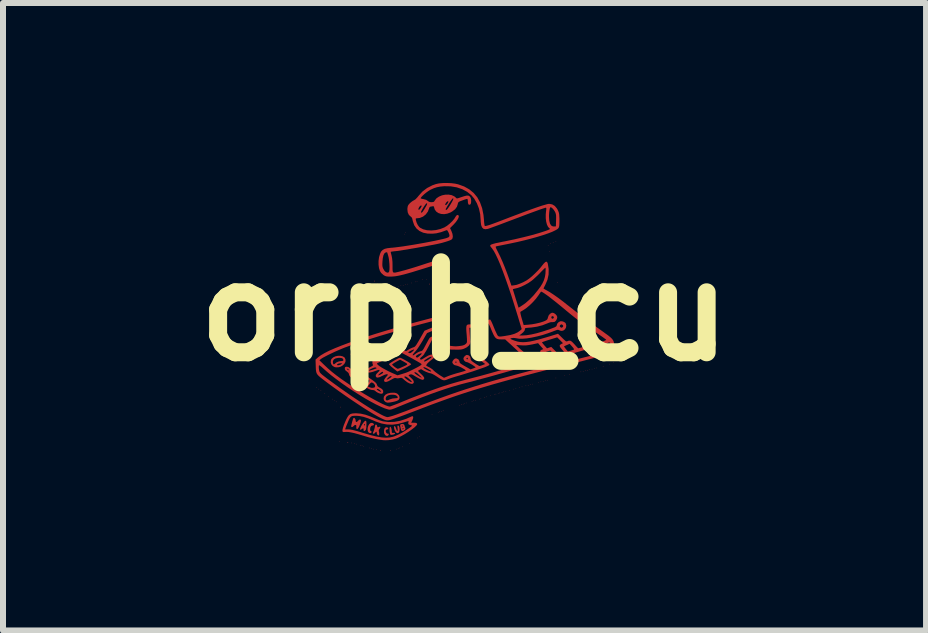
<source format=kicad_pcb>
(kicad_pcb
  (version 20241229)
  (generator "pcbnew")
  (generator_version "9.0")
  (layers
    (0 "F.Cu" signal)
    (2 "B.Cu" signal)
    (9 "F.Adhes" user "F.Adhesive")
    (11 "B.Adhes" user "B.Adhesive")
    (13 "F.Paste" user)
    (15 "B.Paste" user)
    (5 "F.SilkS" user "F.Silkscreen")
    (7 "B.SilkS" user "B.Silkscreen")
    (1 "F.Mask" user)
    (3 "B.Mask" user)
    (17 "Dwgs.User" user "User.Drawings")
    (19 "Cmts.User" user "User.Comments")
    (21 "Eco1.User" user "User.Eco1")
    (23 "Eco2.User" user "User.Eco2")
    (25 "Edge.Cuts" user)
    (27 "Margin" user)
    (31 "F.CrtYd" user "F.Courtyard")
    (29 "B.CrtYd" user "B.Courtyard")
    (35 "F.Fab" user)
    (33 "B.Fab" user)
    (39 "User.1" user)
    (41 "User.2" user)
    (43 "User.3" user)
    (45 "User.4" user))
  (footprint "orph_cu"
    (layer "F.Cu")
    (at 4.693 2.144)
    (property "Reference" "orph_cu" (at 0 0 0) (layer "F.SilkS") (effects (font (size 1.5 1.5) (thickness 0.3))))
    (attr board_only exclude_from_pos_files exclude_from_bom)
    (fp_poly (pts (xy -2.463 1.264) (xy -2.468 1.269) (xy -2.472 1.264) (xy -2.468 1.259)) (stroke (width 0) (type solid)) (fill yes) (layer "F.Cu"))
    (fp_poly (pts (xy -2.426 1.292) (xy -2.431 1.296) (xy -2.435 1.292) (xy -2.431 1.287)) (stroke (width 0) (type solid)) (fill yes) (layer "F.Cu"))
    (fp_poly (pts (xy -2.389 1.32) (xy -2.394 1.324) (xy -2.398 1.32) (xy -2.394 1.315)) (stroke (width 0) (type solid)) (fill yes) (layer "F.Cu"))
    (fp_poly (pts (xy -2.324 1.366) (xy -2.329 1.37) (xy -2.334 1.366) (xy -2.329 1.361)) (stroke (width 0) (type solid)) (fill yes) (layer "F.Cu"))
    (fp_poly (pts (xy -2.259 1.412) (xy -2.264 1.417) (xy -2.269 1.412) (xy -2.264 1.408)) (stroke (width 0) (type solid)) (fill yes) (layer "F.Cu"))
    (fp_poly (pts (xy -2.195 1.458) (xy -2.199 1.463) (xy -2.204 1.458) (xy -2.199 1.454)) (stroke (width 0) (type solid)) (fill yes) (layer "F.Cu"))
    (fp_poly (pts (xy -2.158 1.486) (xy -2.162 1.491) (xy -2.167 1.486) (xy -2.162 1.482)) (stroke (width 0) (type solid)) (fill yes) (layer "F.Cu"))
    (fp_poly (pts (xy -2.13 1.505) (xy -2.134 1.509) (xy -2.139 1.505) (xy -2.134 1.5)) (stroke (width 0) (type solid)) (fill yes) (layer "F.Cu"))
    (fp_poly (pts (xy -2.083 2.162) (xy -2.088 2.167) (xy -2.093 2.162) (xy -2.088 2.158)) (stroke (width 0) (type solid)) (fill yes) (layer "F.Cu"))
    (fp_poly (pts (xy -1.88 2.19) (xy -1.884 2.195) (xy -1.889 2.19) (xy -1.884 2.185)) (stroke (width 0) (type solid)) (fill yes) (layer "F.Cu"))
    (fp_poly (pts (xy -1.833 2.199) (xy -1.838 2.204) (xy -1.843 2.199) (xy -1.838 2.195)) (stroke (width 0) (type solid)) (fill yes) (layer "F.Cu"))
    (fp_poly (pts (xy -1.796 2.208) (xy -1.801 2.213) (xy -1.806 2.208) (xy -1.801 2.204)) (stroke (width 0) (type solid)) (fill yes) (layer "F.Cu"))
    (fp_poly (pts (xy -1.732 2.227) (xy -1.736 2.232) (xy -1.741 2.227) (xy -1.736 2.222)) (stroke (width 0) (type solid)) (fill yes) (layer "F.Cu"))
    (fp_poly (pts (xy -1.704 2.236) (xy -1.708 2.241) (xy -1.713 2.236) (xy -1.708 2.232)) (stroke (width 0) (type solid)) (fill yes) (layer "F.Cu"))
    (fp_poly (pts (xy -1.676 2.246) (xy -1.681 2.25) (xy -1.685 2.246) (xy -1.681 2.241)) (stroke (width 0) (type solid)) (fill yes) (layer "F.Cu"))
    (fp_poly (pts (xy -1.583 2.273) (xy -1.588 2.278) (xy -1.593 2.273) (xy -1.588 2.269)) (stroke (width 0) (type solid)) (fill yes) (layer "F.Cu"))
    (fp_poly (pts (xy -1.546 2.283) (xy -1.551 2.287) (xy -1.556 2.283) (xy -1.551 2.278)) (stroke (width 0) (type solid)) (fill yes) (layer "F.Cu"))
    (fp_poly (pts (xy -1.509 2.292) (xy -1.514 2.296) (xy -1.519 2.292) (xy -1.514 2.287)) (stroke (width 0) (type solid)) (fill yes) (layer "F.Cu"))
    (fp_poly (pts (xy -1.463 2.301) (xy -1.468 2.306) (xy -1.472 2.301) (xy -1.468 2.296)) (stroke (width 0) (type solid)) (fill yes) (layer "F.Cu"))
    (fp_poly (pts (xy -1.445 -0.468) (xy -1.449 -0.463) (xy -1.454 -0.468) (xy -1.449 -0.472)) (stroke (width 0) (type solid)) (fill yes) (layer "F.Cu"))
    (fp_poly (pts (xy -1.37 -0.431) (xy -1.375 -0.426) (xy -1.38 -0.431) (xy -1.375 -0.435)) (stroke (width 0) (type solid)) (fill yes) (layer "F.Cu"))
    (fp_poly (pts (xy -1.343 -0.421) (xy -1.347 -0.417) (xy -1.352 -0.421) (xy -1.347 -0.426)) (stroke (width 0) (type solid)) (fill yes) (layer "F.Cu"))
    (fp_poly (pts (xy -1.13 2.292) (xy -1.134 2.296) (xy -1.139 2.292) (xy -1.134 2.287)) (stroke (width 0) (type solid)) (fill yes) (layer "F.Cu"))
    (fp_poly (pts (xy -1.102 -0.421) (xy -1.107 -0.417) (xy -1.111 -0.421) (xy -1.107 -0.426)) (stroke (width 0) (type solid)) (fill yes) (layer "F.Cu"))
    (fp_poly (pts (xy -1.102 2.283) (xy -1.107 2.287) (xy -1.111 2.283) (xy -1.107 2.278)) (stroke (width 0) (type solid)) (fill yes) (layer "F.Cu"))
    (fp_poly (pts (xy -1.074 2.273) (xy -1.079 2.278) (xy -1.083 2.273) (xy -1.079 2.269)) (stroke (width 0) (type solid)) (fill yes) (layer "F.Cu"))
    (fp_poly (pts (xy -1.056 -0.431) (xy -1.06 -0.426) (xy -1.065 -0.431) (xy -1.06 -0.435)) (stroke (width 0) (type solid)) (fill yes) (layer "F.Cu"))
    (fp_poly (pts (xy -1.028 2.255) (xy -1.032 2.259) (xy -1.037 2.255) (xy -1.032 2.25)) (stroke (width 0) (type solid)) (fill yes) (layer "F.Cu"))
    (fp_poly (pts (xy -1.019 -0.44) (xy -1.023 -0.435) (xy -1.028 -0.44) (xy -1.023 -0.444)) (stroke (width 0) (type solid)) (fill yes) (layer "F.Cu"))
    (fp_poly (pts (xy -0.991 -1.292) (xy -0.995 -1.287) (xy -1 -1.292) (xy -0.995 -1.296)) (stroke (width 0) (type solid)) (fill yes) (layer "F.Cu"))
    (fp_poly (pts (xy -0.982 -1.32) (xy -0.986 -1.315) (xy -0.991 -1.32) (xy -0.986 -1.324)) (stroke (width 0) (type solid)) (fill yes) (layer "F.Cu"))
    (fp_poly (pts (xy -0.982 -0.449) (xy -0.986 -0.444) (xy -0.991 -0.449) (xy -0.986 -0.454)) (stroke (width 0) (type solid)) (fill yes) (layer "F.Cu"))
    (fp_poly (pts (xy -0.945 -0.458) (xy -0.949 -0.454) (xy -0.954 -0.458) (xy -0.949 -0.463)) (stroke (width 0) (type solid)) (fill yes) (layer "F.Cu"))
    (fp_poly (pts (xy -0.917 2.199) (xy -0.921 2.204) (xy -0.926 2.199) (xy -0.921 2.195)) (stroke (width 0) (type solid)) (fill yes) (layer "F.Cu"))
    (fp_poly (pts (xy -0.88 -0.477) (xy -0.884 -0.472) (xy -0.889 -0.477) (xy -0.884 -0.482)) (stroke (width 0) (type solid)) (fill yes) (layer "F.Cu"))
    (fp_poly (pts (xy -0.815 -0.495) (xy -0.82 -0.491) (xy -0.824 -0.495) (xy -0.82 -0.5)) (stroke (width 0) (type solid)) (fill yes) (layer "F.Cu"))
    (fp_poly (pts (xy -0.787 -0.505) (xy -0.792 -0.5) (xy -0.796 -0.505) (xy -0.792 -0.509)) (stroke (width 0) (type solid)) (fill yes) (layer "F.Cu"))
    (fp_poly (pts (xy -0.778 2.107) (xy -0.782 2.111) (xy -0.787 2.107) (xy -0.782 2.102)) (stroke (width 0) (type solid)) (fill yes) (layer "F.Cu"))
    (fp_poly (pts (xy -0.741 2.079) (xy -0.745 2.083) (xy -0.75 2.079) (xy -0.745 2.074)) (stroke (width 0) (type solid)) (fill yes) (layer "F.Cu"))
    (fp_poly (pts (xy -0.694 -0.532) (xy -0.699 -0.528) (xy -0.704 -0.532) (xy -0.699 -0.537)) (stroke (width 0) (type solid)) (fill yes) (layer "F.Cu"))
    (fp_poly (pts (xy -0.63 -0.532) (xy -0.634 -0.528) (xy -0.639 -0.532) (xy -0.634 -0.537)) (stroke (width 0) (type solid)) (fill yes) (layer "F.Cu"))
    (fp_poly (pts (xy -0.537 1.718) (xy -0.542 1.722) (xy -0.546 1.718) (xy -0.542 1.713)) (stroke (width 0) (type solid)) (fill yes) (layer "F.Cu"))
    (fp_poly (pts (xy -0.435 1.681) (xy -0.44 1.685) (xy -0.444 1.681) (xy -0.44 1.676)) (stroke (width 0) (type solid)) (fill yes) (layer "F.Cu"))
    (fp_poly (pts (xy -0.407 1.671) (xy -0.412 1.676) (xy -0.417 1.671) (xy -0.412 1.667)) (stroke (width 0) (type solid)) (fill yes) (layer "F.Cu"))
    (fp_poly (pts (xy -0.38 1.662) (xy -0.384 1.667) (xy -0.389 1.662) (xy -0.384 1.658)) (stroke (width 0) (type solid)) (fill yes) (layer "F.Cu"))
    (fp_poly (pts (xy -0.352 1.653) (xy -0.357 1.658) (xy -0.361 1.653) (xy -0.357 1.648)) (stroke (width 0) (type solid)) (fill yes) (layer "F.Cu"))
    (fp_poly (pts (xy -0.074 1.56) (xy -0.079 1.565) (xy -0.083 1.56) (xy -0.079 1.556)) (stroke (width 0) (type solid)) (fill yes) (layer "F.Cu"))
    (fp_poly (pts (xy -0.046 1.551) (xy -0.051 1.556) (xy -0.056 1.551) (xy -0.051 1.546)) (stroke (width 0) (type solid)) (fill yes) (layer "F.Cu"))
    (fp_poly (pts (xy -0.019 1.542) (xy -0.023 1.546) (xy -0.028 1.542) (xy -0.023 1.537)) (stroke (width 0) (type solid)) (fill yes) (layer "F.Cu"))
    (fp_poly (pts (xy 0.009 1.533) (xy 0.005 1.537) (xy -0.000001 1.533) (xy 0.005 1.528)) (stroke (width 0) (type solid)) (fill yes) (layer "F.Cu"))
    (fp_poly (pts (xy 0.037 1.523) (xy 0.032 1.528) (xy 0.028 1.523) (xy 0.032 1.519)) (stroke (width 0) (type solid)) (fill yes) (layer "F.Cu"))
    (fp_poly (pts (xy 0.13 1.495) (xy 0.125 1.5) (xy 0.12 1.495) (xy 0.125 1.491)) (stroke (width 0) (type solid)) (fill yes) (layer "F.Cu"))
    (fp_poly (pts (xy 0.157 1.486) (xy 0.153 1.491) (xy 0.148 1.486) (xy 0.153 1.482)) (stroke (width 0) (type solid)) (fill yes) (layer "F.Cu"))
    (fp_poly (pts (xy 0.185 1.477) (xy 0.181 1.482) (xy 0.176 1.477) (xy 0.181 1.472)) (stroke (width 0) (type solid)) (fill yes) (layer "F.Cu"))
    (fp_poly (pts (xy 0.25 1.458) (xy 0.245 1.463) (xy 0.241 1.458) (xy 0.245 1.454)) (stroke (width 0) (type solid)) (fill yes) (layer "F.Cu"))
    (fp_poly (pts (xy 0.278 1.449) (xy 0.273 1.454) (xy 0.269 1.449) (xy 0.273 1.445)) (stroke (width 0) (type solid)) (fill yes) (layer "F.Cu"))
    (fp_poly (pts (xy 0.343 1.431) (xy 0.338 1.435) (xy 0.333 1.431) (xy 0.338 1.426)) (stroke (width 0) (type solid)) (fill yes) (layer "F.Cu"))
    (fp_poly (pts (xy 0.37 1.421) (xy 0.366 1.426) (xy 0.361 1.421) (xy 0.366 1.417)) (stroke (width 0) (type solid)) (fill yes) (layer "F.Cu"))
    (fp_poly (pts (xy 0.435 1.403) (xy 0.431 1.408) (xy 0.426 1.403) (xy 0.431 1.398)) (stroke (width 0) (type solid)) (fill yes) (layer "F.Cu"))
    (fp_poly (pts (xy 0.5 1.384) (xy 0.495 1.389) (xy 0.491 1.384) (xy 0.495 1.38)) (stroke (width 0) (type solid)) (fill yes) (layer "F.Cu"))
    (fp_poly (pts (xy 0.528 1.375) (xy 0.523 1.38) (xy 0.519 1.375) (xy 0.523 1.37)) (stroke (width 0) (type solid)) (fill yes) (layer "F.Cu"))
    (fp_poly (pts (xy 0.565 1.366) (xy 0.56 1.37) (xy 0.556 1.366) (xy 0.56 1.361)) (stroke (width 0) (type solid)) (fill yes) (layer "F.Cu"))
    (fp_poly (pts (xy 0.593 1.357) (xy 0.588 1.361) (xy 0.583 1.357) (xy 0.588 1.352)) (stroke (width 0) (type solid)) (fill yes) (layer "F.Cu"))
    (fp_poly (pts (xy 0.63 1.347) (xy 0.625 1.352) (xy 0.62 1.347) (xy 0.625 1.343)) (stroke (width 0) (type solid)) (fill yes) (layer "F.Cu"))
    (fp_poly (pts (xy 0.657 1.338) (xy 0.653 1.343) (xy 0.648 1.338) (xy 0.653 1.333)) (stroke (width 0) (type solid)) (fill yes) (layer "F.Cu"))
    (fp_poly (pts (xy 0.694 1.329) (xy 0.69 1.333) (xy 0.685 1.329) (xy 0.69 1.324)) (stroke (width 0) (type solid)) (fill yes) (layer "F.Cu"))
    (fp_poly (pts (xy 0.759 1.31) (xy 0.755 1.315) (xy 0.75 1.31) (xy 0.755 1.306)) (stroke (width 0) (type solid)) (fill yes) (layer "F.Cu"))
    (fp_poly (pts (xy 0.824 1.292) (xy 0.82 1.296) (xy 0.815 1.292) (xy 0.82 1.287)) (stroke (width 0) (type solid)) (fill yes) (layer "F.Cu"))
    (fp_poly (pts (xy 0.861 1.283) (xy 0.857 1.287) (xy 0.852 1.283) (xy 0.857 1.278)) (stroke (width 0) (type solid)) (fill yes) (layer "F.Cu"))
    (fp_poly (pts (xy 0.926 1.264) (xy 0.921 1.269) (xy 0.917 1.264) (xy 0.921 1.259)) (stroke (width 0) (type solid)) (fill yes) (layer "F.Cu"))
    (fp_poly (pts (xy 0.963 1.255) (xy 0.958 1.259) (xy 0.954 1.255) (xy 0.958 1.25)) (stroke (width 0) (type solid)) (fill yes) (layer "F.Cu"))
    (fp_poly (pts (xy 1.028 1.236) (xy 1.023 1.241) (xy 1.019 1.236) (xy 1.023 1.232)) (stroke (width 0) (type solid)) (fill yes) (layer "F.Cu"))
    (fp_poly (pts (xy 1.065 1.227) (xy 1.06 1.232) (xy 1.056 1.227) (xy 1.06 1.222)) (stroke (width 0) (type solid)) (fill yes) (layer "F.Cu"))
    (fp_poly (pts (xy 1.102 1.218) (xy 1.097 1.222) (xy 1.093 1.218) (xy 1.097 1.213)) (stroke (width 0) (type solid)) (fill yes) (layer "F.Cu"))
    (fp_poly (pts (xy 1.139 1.208) (xy 1.134 1.213) (xy 1.13 1.208) (xy 1.134 1.204)) (stroke (width 0) (type solid)) (fill yes) (layer "F.Cu"))
    (fp_poly (pts (xy 1.241 1.181) (xy 1.236 1.185) (xy 1.232 1.181) (xy 1.236 1.176)) (stroke (width 0) (type solid)) (fill yes) (layer "F.Cu"))
    (fp_poly (pts (xy 1.278 1.171) (xy 1.273 1.176) (xy 1.269 1.171) (xy 1.273 1.167)) (stroke (width 0) (type solid)) (fill yes) (layer "F.Cu"))
    (fp_poly (pts (xy 1.315 1.162) (xy 1.31 1.167) (xy 1.306 1.162) (xy 1.31 1.157)) (stroke (width 0) (type solid)) (fill yes) (layer "F.Cu"))
    (fp_poly (pts (xy 1.352 1.153) (xy 1.347 1.157) (xy 1.343 1.153) (xy 1.347 1.148)) (stroke (width 0) (type solid)) (fill yes) (layer "F.Cu"))
    (fp_poly (pts (xy 1.389 1.144) (xy 1.384 1.148) (xy 1.38 1.144) (xy 1.384 1.139)) (stroke (width 0) (type solid)) (fill yes) (layer "F.Cu"))
    (fp_poly (pts (xy 1.398 -1.097) (xy 1.394 -1.093) (xy 1.389 -1.097) (xy 1.394 -1.102)) (stroke (width 0) (type solid)) (fill yes) (layer "F.Cu"))
    (fp_poly (pts (xy 1.417 -1.005) (xy 1.412 -1) (xy 1.408 -1.005) (xy 1.412 -1.009)) (stroke (width 0) (type solid)) (fill yes) (layer "F.Cu"))
    (fp_poly (pts (xy 1.435 -1.134) (xy 1.431 -1.13) (xy 1.426 -1.134) (xy 1.431 -1.139)) (stroke (width 0) (type solid)) (fill yes) (layer "F.Cu"))
    (fp_poly (pts (xy 1.482 -1.153) (xy 1.477 -1.148) (xy 1.472 -1.153) (xy 1.477 -1.157)) (stroke (width 0) (type solid)) (fill yes) (layer "F.Cu"))
    (fp_poly (pts (xy 1.528 -1.171) (xy 1.523 -1.167) (xy 1.519 -1.171) (xy 1.523 -1.176)) (stroke (width 0) (type solid)) (fill yes) (layer "F.Cu"))
    (fp_poly (pts (xy 1.528 1.107) (xy 1.523 1.111) (xy 1.519 1.107) (xy 1.523 1.102)) (stroke (width 0) (type solid)) (fill yes) (layer "F.Cu"))
    (fp_poly (pts (xy 1.556 -0.486) (xy 1.551 -0.482) (xy 1.546 -0.486) (xy 1.551 -0.491)) (stroke (width 0) (type solid)) (fill yes) (layer "F.Cu"))
    (fp_poly (pts (xy 1.676 1.07) (xy 1.671 1.074) (xy 1.667 1.07) (xy 1.671 1.065)) (stroke (width 0) (type solid)) (fill yes) (layer "F.Cu"))
    (fp_poly (pts (xy 1.75 1.051) (xy 1.745 1.056) (xy 1.741 1.051) (xy 1.745 1.046)) (stroke (width 0) (type solid)) (fill yes) (layer "F.Cu"))
    (fp_poly (pts (xy 1.945 1.005) (xy 1.94 1.009) (xy 1.935 1.005) (xy 1.94 1)) (stroke (width 0) (type solid)) (fill yes) (layer "F.Cu"))
    (fp_poly (pts (xy 1.982 0.995) (xy 1.977 1) (xy 1.972 0.995) (xy 1.977 0.991)) (stroke (width 0) (type solid)) (fill yes) (layer "F.Cu"))
    (fp_poly (pts (xy 2.019 0.986) (xy 2.014 0.991) (xy 2.009 0.986) (xy 2.014 0.982)) (stroke (width 0) (type solid)) (fill yes) (layer "F.Cu"))
    (fp_poly (pts (xy 2.056 0.977) (xy 2.051 0.982) (xy 2.046 0.977) (xy 2.051 0.972)) (stroke (width 0) (type solid)) (fill yes) (layer "F.Cu"))
    (fp_poly (pts (xy 2.093 0.968) (xy 2.088 0.972) (xy 2.083 0.968) (xy 2.088 0.963)) (stroke (width 0) (type solid)) (fill yes) (layer "F.Cu"))
    (fp_poly (pts (xy 2.13 0.958) (xy 2.125 0.963) (xy 2.121 0.958) (xy 2.125 0.954)) (stroke (width 0) (type solid)) (fill yes) (layer "F.Cu"))
    (fp_poly (pts (xy 2.167 0.949) (xy 2.162 0.954) (xy 2.158 0.949) (xy 2.162 0.945)) (stroke (width 0) (type solid)) (fill yes) (layer "F.Cu"))
    (fp_poly (pts (xy 2.204 0.94) (xy 2.199 0.945) (xy 2.195 0.94) (xy 2.199 0.935)) (stroke (width 0) (type solid)) (fill yes) (layer "F.Cu"))
    (fp_poly (pts (xy 2.315 0.912) (xy 2.31 0.917) (xy 2.306 0.912) (xy 2.31 0.907)) (stroke (width 0) (type solid)) (fill yes) (layer "F.Cu"))
    (fp_poly (pts (xy 2.426 0.875) (xy 2.421 0.88) (xy 2.417 0.875) (xy 2.421 0.87)) (stroke (width 0) (type solid)) (fill yes) (layer "F.Cu"))
    (fp_poly (pts (xy 2.491 0.847) (xy 2.486 0.852) (xy 2.482 0.847) (xy 2.486 0.843)) (stroke (width 0) (type solid)) (fill yes) (layer "F.Cu"))
    (fp_poly (pts (xy 2.556 0.81) (xy 2.551 0.815) (xy 2.546 0.81) (xy 2.551 0.806)) (stroke (width 0) (type solid)) (fill yes) (layer "F.Cu"))
    (fp_poly (pts (xy 2.593 0.782) (xy 2.588 0.787) (xy 2.584 0.782) (xy 2.588 0.778)) (stroke (width 0) (type solid)) (fill yes) (layer "F.Cu"))
    (fp_poly (pts (xy -2.068 1.587) (xy -2.067 1.598) (xy -2.068 1.599) (xy -2.074 1.598) (xy -2.074 1.593) (xy -2.071 1.585)) (stroke (width 0) (type solid)) (fill yes) (layer "F.Cu"))
    (fp_poly (pts (xy -1.938 2.18) (xy -1.941 2.184) (xy -1.95 2.185) (xy -1.96 2.182) (xy -1.956 2.179) (xy -1.941 2.178)) (stroke (width 0) (type solid)) (fill yes) (layer "F.Cu"))
    (fp_poly (pts (xy -1.392 2.309) (xy -1.393 2.314) (xy -1.398 2.315) (xy -1.406 2.312) (xy -1.404 2.309) (xy -1.393 2.308)) (stroke (width 0) (type solid)) (fill yes) (layer "F.Cu"))
    (fp_poly (pts (xy -1.29 -0.414) (xy -1.291 -0.408) (xy -1.296 -0.407) (xy -1.304 -0.411) (xy -1.303 -0.414) (xy -1.292 -0.415)) (stroke (width 0) (type solid)) (fill yes) (layer "F.Cu"))
    (fp_poly (pts (xy -1.225 2.309) (xy -1.227 2.314) (xy -1.232 2.315) (xy -1.239 2.312) (xy -1.238 2.309) (xy -1.227 2.308)) (stroke (width 0) (type solid)) (fill yes) (layer "F.Cu"))
    (fp_poly (pts (xy -1.161 -0.414) (xy -1.162 -0.408) (xy -1.167 -0.407) (xy -1.174 -0.411) (xy -1.173 -0.414) (xy -1.162 -0.415)) (stroke (width 0) (type solid)) (fill yes) (layer "F.Cu"))
    (fp_poly (pts (xy -0.586 -0.465) (xy -0.585 -0.45) (xy -0.587 -0.447) (xy -0.591 -0.45) (xy -0.592 -0.459) (xy -0.59 -0.469)) (stroke (width 0) (type solid)) (fill yes) (layer "F.Cu"))
    (fp_poly (pts (xy -1.502 -0.515) (xy -1.492 -0.505) (xy -1.494 -0.5) (xy -1.495 -0.5) (xy -1.503 -0.507) (xy -1.506 -0.511) (xy -1.507 -0.517)) (stroke (width 0) (type solid)) (fill yes) (layer "F.Cu"))
    (fp_poly (pts (xy -1.23 1.925) (xy -1.22 1.946) (xy -1.214 1.975) (xy -1.213 1.995) (xy -1.212 2.015) (xy -1.204 2.022) (xy -1.185 2.021) (xy -1.164 2.022) (xy -1.157 2.03) (xy -1.163 2.04) (xy -1.184 2.049) (xy -1.186 2.05) (xy -1.216 2.055) (xy -1.232 2.053) (xy -1.24 2.042) (xy -1.244 2.027) (xy -1.249 1.996) (xy -1.25 1.964) (xy -1.248 1.937) (xy -1.244 1.92) (xy -1.241 1.917)) (stroke (width 0) (type solid)) (fill yes) (layer "F.Cu"))
    (fp_poly (pts (xy -1.296 1.928) (xy -1.278 1.935) (xy -1.27 1.947) (xy -1.273 1.959) (xy -1.287 1.963) (xy -1.305 1.969) (xy -1.312 1.978) (xy -1.313 1.997) (xy -1.306 2.017) (xy -1.294 2.031) (xy -1.283 2.034) (xy -1.268 2.034) (xy -1.262 2.046) (xy -1.269 2.061) (xy -1.288 2.073) (xy -1.31 2.068) (xy -1.324 2.056) (xy -1.339 2.03) (xy -1.343 1.997) (xy -1.338 1.959) (xy -1.324 1.935) (xy -1.302 1.927)) (stroke (width 0) (type solid)) (fill yes) (layer "F.Cu"))
    (fp_poly (pts (xy -1.536 1.856) (xy -1.516 1.868) (xy -1.509 1.886) (xy -1.517 1.895) (xy -1.532 1.898) (xy -1.555 1.906) (xy -1.57 1.93) (xy -1.574 1.962) (xy -1.571 1.984) (xy -1.56 1.991) (xy -1.549 1.997) (xy -1.549 2.01) (xy -1.557 2.022) (xy -1.565 2.025) (xy -1.584 2.023) (xy -1.595 2.018) (xy -1.61 1.999) (xy -1.616 1.97) (xy -1.614 1.937) (xy -1.604 1.903) (xy -1.588 1.875) (xy -1.567 1.858) (xy -1.561 1.856)) (stroke (width 0) (type solid)) (fill yes) (layer "F.Cu"))
    (fp_poly (pts (xy -1.094 1.906) (xy -1.085 1.929) (xy -1.082 1.966) (xy -1.085 1.999) (xy -1.098 2.02) (xy -1.117 2.027) (xy -1.14 2.017) (xy -1.141 2.016) (xy -1.154 1.998) (xy -1.167 1.97) (xy -1.175 1.939) (xy -1.176 1.925) (xy -1.172 1.909) (xy -1.164 1.908) (xy -1.153 1.919) (xy -1.143 1.94) (xy -1.14 1.949) (xy -1.13 1.979) (xy -1.121 1.991) (xy -1.115 1.985) (xy -1.114 1.961) (xy -1.116 1.945) (xy -1.119 1.917) (xy -1.117 1.903) (xy -1.11 1.898) (xy -1.108 1.898)) (stroke (width 0) (type solid)) (fill yes) (layer "F.Cu"))
    (fp_poly (pts (xy -1.827 1.781) (xy -1.817 1.8) (xy -1.815 1.816) (xy -1.811 1.837) (xy -1.8 1.841) (xy -1.782 1.829) (xy -1.773 1.818) (xy -1.753 1.801) (xy -1.737 1.798) (xy -1.727 1.81) (xy -1.728 1.831) (xy -1.741 1.876) (xy -1.756 1.914) (xy -1.771 1.941) (xy -1.785 1.957) (xy -1.796 1.958) (xy -1.802 1.949) (xy -1.805 1.929) (xy -1.803 1.917) (xy -1.804 1.897) (xy -1.815 1.889) (xy -1.832 1.892) (xy -1.845 1.904) (xy -1.863 1.92) (xy -1.879 1.926) (xy -1.888 1.918) (xy -1.889 1.912) (xy -1.887 1.894) (xy -1.88 1.866) (xy -1.872 1.834) (xy -1.863 1.804) (xy -1.855 1.782) (xy -1.851 1.774) (xy -1.839 1.771)) (stroke (width 0) (type solid)) (fill yes) (layer "F.Cu"))
    (fp_poly (pts (xy -1.461 1.892) (xy -1.456 1.909) (xy -1.452 1.927) (xy -1.442 1.929) (xy -1.43 1.924) (xy -1.409 1.918) (xy -1.402 1.924) (xy -1.408 1.941) (xy -1.416 1.953) (xy -1.429 1.975) (xy -1.429 1.994) (xy -1.426 2.005) (xy -1.421 2.029) (xy -1.423 2.05) (xy -1.43 2.064) (xy -1.434 2.065) (xy -1.446 2.059) (xy -1.452 2.054) (xy -1.461 2.036) (xy -1.463 2.021) (xy -1.466 2.004) (xy -1.476 2.003) (xy -1.489 2.019) (xy -1.502 2.032) (xy -1.517 2.037) (xy -1.527 2.032) (xy -1.528 2.027) (xy -1.524 2.013) (xy -1.515 1.993) (xy -1.506 1.968) (xy -1.497 1.935) (xy -1.495 1.923) (xy -1.49 1.896) (xy -1.482 1.883) (xy -1.474 1.882)) (stroke (width 0) (type solid)) (fill yes) (layer "F.Cu"))
    (fp_poly (pts (xy -1.643 1.821) (xy -1.638 1.829) (xy -1.635 1.846) (xy -1.635 1.876) (xy -1.635 1.89) (xy -1.637 1.938) (xy -1.645 1.97) (xy -1.658 1.987) (xy -1.674 1.991) (xy -1.683 1.985) (xy -1.683 1.968) (xy -1.683 1.949) (xy -1.694 1.946) (xy -1.713 1.958) (xy -1.715 1.96) (xy -1.732 1.97) (xy -1.741 1.967) (xy -1.741 1.954) (xy -1.733 1.932) (xy -1.719 1.903) (xy -1.711 1.89) (xy -1.676 1.89) (xy -1.669 1.898) (xy -1.667 1.898) (xy -1.659 1.891) (xy -1.658 1.884) (xy -1.662 1.874) (xy -1.667 1.875) (xy -1.676 1.887) (xy -1.676 1.89) (xy -1.711 1.89) (xy -1.701 1.873) (xy -1.682 1.847) (xy -1.665 1.827) (xy -1.653 1.82) (xy -1.653 1.82)) (stroke (width 0) (type solid)) (fill yes) (layer "F.Cu"))
    (fp_poly (pts (xy -1.02 1.875) (xy -1.004 1.887) (xy -1.002 1.894) (xy -0.995 1.917) (xy -0.989 1.933) (xy -0.984 1.952) (xy -0.992 1.969) (xy -0.995 1.972) (xy -1.016 1.986) (xy -1.033 1.991) (xy -1.046 1.988) (xy -1.055 1.978) (xy -1.062 1.955) (xy -1.062 1.954) (xy -1.037 1.954) (xy -1.03 1.963) (xy -1.028 1.963) (xy -1.016 1.956) (xy -1.014 1.954) (xy -1.016 1.946) (xy -1.023 1.945) (xy -1.035 1.949) (xy -1.037 1.954) (xy -1.062 1.954) (xy -1.066 1.939) (xy -1.072 1.909) (xy -1.072 1.908) (xy -1.046 1.908) (xy -1.039 1.917) (xy -1.037 1.917) (xy -1.028 1.91) (xy -1.028 1.908) (xy -1.035 1.899) (xy -1.037 1.898) (xy -1.046 1.905) (xy -1.046 1.908) (xy -1.072 1.908) (xy -1.073 1.891) (xy -1.068 1.882) (xy -1.064 1.879) (xy -1.042 1.872)) (stroke (width 0) (type solid)) (fill yes) (layer "F.Cu"))
    (fp_poly (pts (xy -1.163 1.353) (xy -1.139 1.359) (xy -1.119 1.37) (xy -1.112 1.376) (xy -1.091 1.399) (xy -1.084 1.425) (xy -1.083 1.431) (xy -1.087 1.455) (xy -1.1 1.473) (xy -1.126 1.487) (xy -1.165 1.499) (xy -1.191 1.505) (xy -1.234 1.513) (xy -1.265 1.517) (xy -1.286 1.517) (xy -1.305 1.511) (xy -1.315 1.507) (xy -1.339 1.485) (xy -1.349 1.454) (xy -1.347 1.442) (xy -1.314 1.442) (xy -1.312 1.468) (xy -1.302 1.479) (xy -1.286 1.48) (xy -1.259 1.47) (xy -1.245 1.463) (xy -1.201 1.449) (xy -1.16 1.445) (xy -1.127 1.442) (xy -1.112 1.434) (xy -1.114 1.42) (xy -1.131 1.402) (xy -1.155 1.39) (xy -1.19 1.385) (xy -1.23 1.386) (xy -1.267 1.394) (xy -1.276 1.398) (xy -1.302 1.416) (xy -1.314 1.442) (xy -1.347 1.442) (xy -1.344 1.419) (xy -1.343 1.416) (xy -1.321 1.387) (xy -1.284 1.366) (xy -1.234 1.354) (xy -1.198 1.352)) (stroke (width 0) (type solid)) (fill yes) (layer "F.Cu"))
    (fp_poly (pts (xy -1.061 0.773) (xy -1.035 0.785) (xy -1.004 0.801) (xy -0.97 0.821) (xy -0.937 0.84) (xy -0.91 0.858) (xy -0.893 0.872) (xy -0.889 0.877) (xy -0.897 0.886) (xy -0.918 0.9) (xy -0.95 0.918) (xy -0.988 0.939) (xy -1.029 0.959) (xy -1.071 0.978) (xy -1.085 0.984) (xy -1.12 0.999) (xy -1.189 0.944) (xy -1.22 0.919) (xy -1.243 0.897) (xy -1.253 0.886) (xy -1.206 0.886) (xy -1.197 0.896) (xy -1.176 0.913) (xy -1.169 0.919) (xy -1.144 0.937) (xy -1.122 0.95) (xy -1.113 0.953) (xy -1.099 0.95) (xy -1.073 0.94) (xy -1.04 0.925) (xy -1.021 0.917) (xy -0.983 0.899) (xy -0.961 0.887) (xy -0.954 0.876) (xy -0.962 0.865) (xy -0.986 0.85) (xy -1.025 0.828) (xy -1.026 0.828) (xy -1.074 0.801) (xy -1.124 0.828) (xy -1.154 0.845) (xy -1.181 0.861) (xy -1.193 0.87) (xy -1.204 0.878) (xy -1.206 0.886) (xy -1.253 0.886) (xy -1.257 0.882) (xy -1.259 0.877) (xy -1.252 0.868) (xy -1.231 0.853) (xy -1.203 0.835) (xy -1.17 0.815) (xy -1.136 0.796) (xy -1.107 0.78) (xy -1.085 0.771) (xy -1.076 0.769)) (stroke (width 0) (type solid)) (fill yes) (layer "F.Cu"))
    (fp_poly (pts (xy -2.03 0.746) (xy -2.001 0.764) (xy -1.996 0.771) (xy -1.983 0.803) (xy -1.985 0.837) (xy -2.001 0.868) (xy -2.027 0.895) (xy -2.061 0.916) (xy -2.1 0.928) (xy -2.143 0.929) (xy -2.164 0.925) (xy -2.197 0.907) (xy -2.217 0.883) (xy -2.125 0.883) (xy -2.124 0.89) (xy -2.112 0.895) (xy -2.089 0.892) (xy -2.064 0.882) (xy -2.052 0.874) (xy -2.041 0.865) (xy -2.043 0.862) (xy -2.062 0.861) (xy -2.064 0.861) (xy -2.092 0.864) (xy -2.114 0.872) (xy -2.125 0.883) (xy -2.217 0.883) (xy -2.22 0.879) (xy -2.231 0.845) (xy -2.23 0.837) (xy -2.195 0.837) (xy -2.191 0.866) (xy -2.182 0.879) (xy -2.167 0.875) (xy -2.156 0.864) (xy -2.131 0.845) (xy -2.096 0.831) (xy -2.057 0.824) (xy -2.051 0.824) (xy -2.029 0.822) (xy -2.02 0.814) (xy -2.019 0.806) (xy -2.027 0.786) (xy -2.05 0.774) (xy -2.086 0.77) (xy -2.103 0.771) (xy -2.149 0.78) (xy -2.179 0.798) (xy -2.193 0.824) (xy -2.195 0.837) (xy -2.23 0.837) (xy -2.227 0.809) (xy -2.217 0.789) (xy -2.19 0.764) (xy -2.153 0.746) (xy -2.111 0.737) (xy -2.068 0.737)) (stroke (width 0) (type solid)) (fill yes) (layer "F.Cu"))
    (fp_poly (pts (xy -1.73 1.701) (xy -1.65 1.719) (xy -1.561 1.751) (xy -1.507 1.774) (xy -1.462 1.793) (xy -1.416 1.811) (xy -1.376 1.824) (xy -1.359 1.829) (xy -1.268 1.841) (xy -1.171 1.838) (xy -1.072 1.82) (xy -0.974 1.788) (xy -0.958 1.781) (xy -0.924 1.766) (xy -0.895 1.753) (xy -0.876 1.745) (xy -0.873 1.744) (xy -0.86 1.745) (xy -0.855 1.759) (xy -0.858 1.782) (xy -0.869 1.811) (xy -0.889 1.852) (xy -0.842 1.852) (xy -0.808 1.855) (xy -0.791 1.866) (xy -0.79 1.882) (xy -0.802 1.899) (xy -0.835 1.931) (xy -0.882 1.967) (xy -0.936 2.005) (xy -0.995 2.042) (xy -1.054 2.075) (xy -1.109 2.103) (xy -1.153 2.121) (xy -1.203 2.133) (xy -1.26 2.142) (xy -1.316 2.145) (xy -1.357 2.143) (xy -1.423 2.133) (xy -1.48 2.123) (xy -1.534 2.111) (xy -1.592 2.097) (xy -1.659 2.077) (xy -1.685 2.069) (xy -1.77 2.044) (xy -1.839 2.025) (xy -1.895 2.013) (xy -1.94 2.006) (xy -1.975 2.005) (xy -1.995 2.007) (xy -2.019 2.008) (xy -2.031 2.001) (xy -2.034 1.996) (xy -2.035 1.975) (xy -2.032 1.963) (xy -1.99 1.963) (xy -1.946 1.963) (xy -1.922 1.964) (xy -1.897 1.967) (xy -1.868 1.972) (xy -1.832 1.981) (xy -1.787 1.993) (xy -1.73 2.01) (xy -1.671 2.028) (xy -1.561 2.06) (xy -1.465 2.083) (xy -1.382 2.097) (xy -1.309 2.102) (xy -1.246 2.098) (xy -1.194 2.087) (xy -1.162 2.076) (xy -1.122 2.059) (xy -1.079 2.039) (xy -1.066 2.032) (xy -1.03 2.012) (xy -0.992 1.989) (xy -0.955 1.964) (xy -0.921 1.941) (xy -0.895 1.922) (xy -0.878 1.907) (xy -0.875 1.9) (xy -0.886 1.896) (xy -0.907 1.89) (xy -0.909 1.89) (xy -0.932 1.88) (xy -0.939 1.862) (xy -0.932 1.834) (xy -0.932 1.833) (xy -0.932 1.827) (xy -0.941 1.826) (xy -0.962 1.831) (xy -0.997 1.842) (xy -1.002 1.844) (xy -1.105 1.872) (xy -1.201 1.885) (xy -1.294 1.882) (xy -1.388 1.864) (xy -1.486 1.83) (xy -1.51 1.819) (xy -1.604 1.78) (xy -1.685 1.754) (xy -1.755 1.74) (xy -1.796 1.737) (xy -1.841 1.737) (xy -1.872 1.741) (xy -1.894 1.752) (xy -1.911 1.773) (xy -1.928 1.806) (xy -1.937 1.826) (xy -1.953 1.865) (xy -1.968 1.9) (xy -1.978 1.927) (xy -1.98 1.933) (xy -1.99 1.963) (xy -2.032 1.963) (xy -2.027 1.94) (xy -2.012 1.894) (xy -1.99 1.84) (xy -1.972 1.798) (xy -1.949 1.755) (xy -1.927 1.725) (xy -1.901 1.707) (xy -1.867 1.698) (xy -1.82 1.695) (xy -1.803 1.695)) (stroke (width 0) (type solid)) (fill yes) (layer "F.Cu"))
    (fp_poly (pts (xy -1.938 0.923) (xy -1.914 0.939) (xy -1.891 0.955) (xy -1.868 0.958) (xy -1.861 0.957) (xy -1.85 0.956) (xy -1.837 0.957) (xy -1.821 0.962) (xy -1.8 0.973) (xy -1.771 0.989) (xy -1.732 1.013) (xy -1.682 1.045) (xy -1.639 1.072) (xy -1.581 1.11) (xy -1.537 1.14) (xy -1.505 1.164) (xy -1.483 1.183) (xy -1.469 1.199) (xy -1.461 1.213) (xy -1.459 1.222) (xy -1.449 1.243) (xy -1.428 1.26) (xy -1.411 1.269) (xy -1.375 1.291) (xy -1.357 1.316) (xy -1.355 1.345) (xy -1.356 1.348) (xy -1.368 1.366) (xy -1.392 1.37) (xy -1.425 1.361) (xy -1.445 1.352) (xy -1.47 1.337) (xy -1.488 1.323) (xy -1.49 1.32) (xy -1.509 1.31) (xy -1.539 1.306) (xy -1.54 1.306) (xy -1.556 1.304) (xy -1.576 1.298) (xy -1.581 1.296) (xy -1.463 1.296) (xy -1.456 1.305) (xy -1.438 1.317) (xy -1.417 1.329) (xy -1.398 1.336) (xy -1.389 1.336) (xy -1.392 1.328) (xy -1.406 1.313) (xy -1.41 1.309) (xy -1.433 1.294) (xy -1.452 1.287) (xy -1.462 1.292) (xy -1.463 1.296) (xy -1.581 1.296) (xy -1.601 1.287) (xy -1.634 1.269) (xy -1.671 1.248) (xy -1.611 1.248) (xy -1.581 1.262) (xy -1.544 1.272) (xy -1.508 1.267) (xy -1.498 1.262) (xy -1.49 1.249) (xy -1.493 1.228) (xy -1.506 1.206) (xy -1.519 1.194) (xy -1.539 1.183) (xy -1.555 1.182) (xy -1.571 1.195) (xy -1.593 1.222) (xy -1.593 1.223) (xy -1.611 1.248) (xy -1.671 1.248) (xy -1.678 1.244) (xy -1.717 1.221) (xy -1.786 1.177) (xy -1.834 1.145) (xy -1.776 1.145) (xy -1.715 1.183) (xy -1.684 1.201) (xy -1.66 1.215) (xy -1.645 1.221) (xy -1.644 1.222) (xy -1.633 1.215) (xy -1.616 1.199) (xy -1.609 1.19) (xy -1.593 1.17) (xy -1.584 1.156) (xy -1.583 1.153) (xy -1.591 1.147) (xy -1.609 1.133) (xy -1.634 1.116) (xy -1.662 1.098) (xy -1.688 1.081) (xy -1.707 1.069) (xy -1.716 1.065) (xy -1.723 1.072) (xy -1.737 1.089) (xy -1.748 1.105) (xy -1.776 1.145) (xy -1.834 1.145) (xy -1.841 1.14) (xy -1.879 1.111) (xy -1.824 1.111) (xy -1.819 1.121) (xy -1.806 1.118) (xy -1.789 1.103) (xy -1.775 1.085) (xy -1.757 1.059) (xy -1.751 1.044) (xy -1.755 1.038) (xy -1.762 1.037) (xy -1.774 1.044) (xy -1.791 1.061) (xy -1.809 1.082) (xy -1.821 1.101) (xy -1.824 1.111) (xy -1.879 1.111) (xy -1.881 1.109) (xy -1.907 1.083) (xy -1.922 1.061) (xy -1.926 1.044) (xy -1.933 1.024) (xy -1.894 1.024) (xy -1.893 1.04) (xy -1.882 1.065) (xy -1.868 1.081) (xy -1.861 1.083) (xy -1.851 1.077) (xy -1.835 1.06) (xy -1.825 1.049) (xy -1.809 1.028) (xy -1.804 1.016) (xy -1.808 1.008) (xy -1.813 1.003) (xy -1.838 0.993) (xy -1.863 0.994) (xy -1.883 1.005) (xy -1.894 1.024) (xy -1.933 1.024) (xy -1.933 1.024) (xy -1.955 1.003) (xy -1.961 0.999) (xy -1.984 0.981) (xy -1.994 0.963) (xy -1.995 0.951) (xy -1.963 0.951) (xy -1.96 0.959) (xy -1.95 0.968) (xy -1.935 0.977) (xy -1.927 0.977) (xy -1.93 0.969) (xy -1.941 0.959) (xy -1.956 0.951) (xy -1.963 0.951) (xy -1.995 0.951) (xy -1.996 0.949) (xy -1.993 0.929) (xy -1.981 0.921) (xy -1.967 0.919)) (stroke (width 0) (type solid)) (fill yes) (layer "F.Cu"))
    (fp_poly (pts (xy -0.222 -2.141) (xy -0.157 -2.133) (xy -0.107 -2.122) (xy -0.007 -2.086) (xy 0.079 -2.038) (xy 0.152 -1.978) (xy 0.212 -1.906) (xy 0.259 -1.82) (xy 0.294 -1.722) (xy 0.316 -1.61) (xy 0.323 -1.54) (xy 0.326 -1.497) (xy 0.33 -1.462) (xy 0.334 -1.438) (xy 0.337 -1.429) (xy 0.342 -1.427) (xy 0.353 -1.427) (xy 0.37 -1.431) (xy 0.395 -1.438) (xy 0.43 -1.449) (xy 0.475 -1.465) (xy 0.532 -1.486) (xy 0.603 -1.513) (xy 0.689 -1.546) (xy 0.751 -1.57) (xy 0.892 -1.623) (xy 1.016 -1.67) (xy 1.125 -1.709) (xy 1.216 -1.741) (xy 1.291 -1.766) (xy 1.35 -1.783) (xy 1.391 -1.794) (xy 1.413 -1.796) (xy 1.462 -1.787) (xy 1.505 -1.761) (xy 1.54 -1.719) (xy 1.551 -1.7) (xy 1.564 -1.672) (xy 1.573 -1.647) (xy 1.578 -1.618) (xy 1.58 -1.58) (xy 1.582 -1.552) (xy 1.582 -1.508) (xy 1.581 -1.466) (xy 1.579 -1.433) (xy 1.577 -1.421) (xy 1.571 -1.4) (xy 1.56 -1.385) (xy 1.541 -1.37) (xy 1.514 -1.355) (xy 1.462 -1.33) (xy 1.394 -1.304) (xy 1.312 -1.276) (xy 1.218 -1.247) (xy 1.114 -1.218) (xy 1.002 -1.189) (xy 0.884 -1.161) (xy 0.762 -1.135) (xy 0.718 -1.126) (xy 0.663 -1.115) (xy 0.614 -1.105) (xy 0.573 -1.097) (xy 0.544 -1.091) (xy 0.531 -1.088) (xy 0.523 -1.085) (xy 0.519 -1.08) (xy 0.522 -1.068) (xy 0.53 -1.048) (xy 0.546 -1.016) (xy 0.56 -0.989) (xy 0.596 -0.916) (xy 0.632 -0.835) (xy 0.67 -0.742) (xy 0.711 -0.635) (xy 0.737 -0.562) (xy 0.782 -0.433) (xy 0.824 -0.438) (xy 0.868 -0.446) (xy 0.921 -0.465) (xy 0.979 -0.49) (xy 1.034 -0.52) (xy 1.076 -0.549) (xy 1.125 -0.589) (xy 1.176 -0.637) (xy 1.227 -0.688) (xy 1.271 -0.738) (xy 1.292 -0.765) (xy 1.323 -0.803) (xy 1.347 -0.826) (xy 1.364 -0.833) (xy 1.377 -0.825) (xy 1.387 -0.803) (xy 1.388 -0.799) (xy 1.403 -0.708) (xy 1.401 -0.617) (xy 1.382 -0.529) (xy 1.347 -0.447) (xy 1.332 -0.418) (xy 1.321 -0.395) (xy 1.317 -0.384) (xy 1.317 -0.383) (xy 1.327 -0.378) (xy 1.347 -0.366) (xy 1.366 -0.356) (xy 1.422 -0.324) (xy 1.489 -0.28) (xy 1.563 -0.228) (xy 1.644 -0.167) (xy 1.727 -0.101) (xy 1.728 -0.101) (xy 1.811 -0.035) (xy 1.897 0.032) (xy 1.988 0.102) (xy 2.088 0.175) (xy 2.198 0.256) (xy 2.292 0.323) (xy 2.351 0.366) (xy 2.398 0.4) (xy 2.432 0.428) (xy 2.457 0.452) (xy 2.474 0.474) (xy 2.485 0.496) (xy 2.491 0.521) (xy 2.495 0.551) (xy 2.497 0.574) (xy 2.503 0.637) (xy 2.453 0.666) (xy 2.429 0.679) (xy 2.402 0.692) (xy 2.373 0.705) (xy 2.339 0.718) (xy 2.3 0.731) (xy 2.252 0.746) (xy 2.196 0.762) (xy 2.13 0.781) (xy 2.052 0.801) (xy 1.961 0.825) (xy 1.855 0.852) (xy 1.734 0.882) (xy 1.667 0.899) (xy 1.428 0.958) (xy 1.206 1.015) (xy 1 1.069) (xy 0.807 1.12) (xy 0.626 1.17) (xy 0.456 1.218) (xy 0.295 1.266) (xy 0.142 1.312) (xy -0.004 1.359) (xy -0.146 1.406) (xy -0.284 1.454) (xy -0.42 1.503) (xy -0.556 1.553) (xy -0.611 1.574) (xy -0.734 1.621) (xy -0.84 1.662) (xy -0.931 1.696) (xy -1.009 1.726) (xy -1.074 1.75) (xy -1.128 1.769) (xy -1.171 1.784) (xy -1.206 1.796) (xy -1.232 1.804) (xy -1.252 1.809) (xy -1.266 1.811) (xy -1.267 1.812) (xy -1.289 1.813) (xy -1.311 1.81) (xy -1.336 1.802) (xy -1.369 1.787) (xy -1.394 1.775) (xy -1.451 1.745) (xy -1.521 1.705) (xy -1.6 1.657) (xy -1.689 1.601) (xy -1.783 1.539) (xy -1.882 1.473) (xy -1.983 1.404) (xy -2.084 1.333) (xy -2.183 1.262) (xy -2.278 1.192) (xy -2.351 1.137) (xy -2.397 1.101) (xy -2.43 1.073) (xy -2.452 1.049) (xy -2.466 1.025) (xy -2.474 0.996) (xy -2.478 0.961) (xy -2.479 0.933) (xy -2.429 0.933) (xy -2.427 0.958) (xy -2.424 0.976) (xy -2.421 0.991) (xy -2.416 1.005) (xy -2.407 1.019) (xy -2.392 1.035) (xy -2.371 1.054) (xy -2.34 1.078) (xy -2.3 1.109) (xy -2.247 1.148) (xy -2.186 1.193) (xy -2.083 1.268) (xy -1.98 1.34) (xy -1.88 1.41) (xy -1.783 1.475) (xy -1.691 1.536) (xy -1.605 1.591) (xy -1.526 1.639) (xy -1.455 1.681) (xy -1.395 1.714) (xy -1.345 1.739) (xy -1.308 1.754) (xy -1.286 1.759) (xy -1.266 1.756) (xy -1.235 1.748) (xy -1.196 1.737) (xy -1.17 1.728) (xy -1.135 1.716) (xy -1.087 1.698) (xy -1.029 1.677) (xy -0.964 1.653) (xy -0.898 1.627) (xy -0.857 1.611) (xy -0.696 1.55) (xy -0.543 1.493) (xy -0.397 1.439) (xy -0.255 1.388) (xy -0.116 1.34) (xy 0.022 1.294) (xy 0.16 1.25) (xy 0.301 1.206) (xy 0.446 1.163) (xy 0.596 1.12) (xy 0.755 1.077) (xy 0.922 1.032) (xy 1.101 0.985) (xy 1.293 0.937) (xy 1.499 0.885) (xy 1.721 0.831) (xy 1.727 0.83) (xy 1.814 0.808) (xy 1.897 0.788) (xy 1.976 0.768) (xy 2.048 0.75) (xy 2.11 0.734) (xy 2.16 0.721) (xy 2.196 0.712) (xy 2.208 0.708) (xy 2.252 0.694) (xy 2.298 0.677) (xy 2.343 0.659) (xy 2.384 0.641) (xy 2.416 0.624) (xy 2.438 0.61) (xy 2.445 0.602) (xy 2.442 0.587) (xy 2.437 0.562) (xy 2.434 0.55) (xy 2.426 0.524) (xy 2.418 0.514) (xy 2.409 0.514) (xy 2.307 0.553) (xy 2.187 0.59) (xy 2.093 0.616) (xy 2.035 0.631) (xy 1.966 0.65) (xy 1.89 0.672) (xy 1.814 0.694) (xy 1.742 0.715) (xy 1.736 0.717) (xy 1.664 0.739) (xy 1.58 0.763) (xy 1.491 0.788) (xy 1.403 0.812) (xy 1.322 0.834) (xy 1.306 0.838) (xy 1.246 0.854) (xy 1.173 0.873) (xy 1.088 0.897) (xy 0.996 0.922) (xy 0.899 0.949) (xy 0.801 0.977) (xy 0.705 1.004) (xy 0.671 1.014) (xy 0.577 1.04) (xy 0.48 1.068) (xy 0.382 1.095) (xy 0.288 1.12) (xy 0.2 1.144) (xy 0.123 1.165) (xy 0.058 1.181) (xy 0.038 1.186) (xy -0.073 1.215) (xy -0.188 1.248) (xy -0.306 1.285) (xy -0.431 1.327) (xy -0.565 1.375) (xy -0.709 1.429) (xy -0.865 1.49) (xy -1.035 1.559) (xy -1.059 1.569) (xy -1.118 1.593) (xy -1.162 1.611) (xy -1.195 1.623) (xy -1.219 1.631) (xy -1.237 1.634) (xy -1.252 1.635) (xy -1.265 1.633) (xy -1.276 1.63) (xy -1.333 1.612) (xy -1.401 1.583) (xy -1.48 1.545) (xy -1.566 1.499) (xy -1.659 1.446) (xy -1.755 1.387) (xy -1.853 1.325) (xy -1.951 1.26) (xy -2.047 1.193) (xy -2.138 1.126) (xy -2.223 1.061) (xy -2.299 0.997) (xy -2.36 0.943) (xy -2.387 0.919) (xy -2.409 0.902) (xy -2.423 0.894) (xy -2.426 0.895) (xy -2.429 0.908) (xy -2.429 0.933) (xy -2.479 0.933) (xy -2.48 0.913) (xy -2.48 0.908) (xy -2.483 0.811) (xy -2.419 0.811) (xy -2.341 0.887) (xy -2.278 0.946) (xy -2.211 1.004) (xy -2.136 1.063) (xy -2.052 1.125) (xy -1.954 1.192) (xy -1.917 1.217) (xy -1.831 1.273) (xy -1.745 1.328) (xy -1.66 1.379) (xy -1.578 1.427) (xy -1.501 1.47) (xy -1.43 1.508) (xy -1.368 1.539) (xy -1.316 1.562) (xy -1.276 1.577) (xy -1.249 1.583) (xy -1.249 1.583) (xy -1.236 1.58) (xy -1.209 1.57) (xy -1.171 1.556) (xy -1.126 1.539) (xy -1.089 1.524) (xy -0.917 1.453) (xy -0.758 1.391) (xy -0.612 1.336) (xy -0.477 1.287) (xy -0.349 1.243) (xy -0.228 1.205) (xy -0.111 1.171) (xy 0.004 1.14) (xy 0.023 1.135) (xy 0.092 1.117) (xy 0.168 1.097) (xy 0.25 1.076) (xy 0.334 1.053) (xy 0.421 1.029) (xy 0.507 1.005) (xy 0.59 0.981) (xy 0.67 0.958) (xy 0.744 0.937) (xy 0.81 0.917) (xy 0.867 0.9) (xy 0.912 0.885) (xy 0.944 0.875) (xy 0.961 0.868) (xy 0.963 0.866) (xy 0.957 0.855) (xy 0.941 0.836) (xy 0.92 0.814) (xy 0.894 0.784) (xy 0.89 0.775) (xy 0.963 0.775) (xy 0.969 0.784) (xy 0.983 0.803) (xy 0.993 0.816) (xy 1.01 0.834) (xy 1.026 0.844) (xy 1.045 0.847) (xy 1.071 0.843) (xy 1.111 0.833) (xy 1.113 0.833) (xy 1.149 0.823) (xy 1.121 0.788) (xy 1.097 0.759) (xy 1.08 0.743) (xy 1.063 0.737) (xy 1.042 0.741) (xy 1.015 0.75) (xy 0.987 0.762) (xy 0.969 0.771) (xy 0.963 0.775) (xy 0.89 0.775) (xy 0.884 0.762) (xy 0.889 0.746) (xy 0.909 0.733) (xy 0.917 0.73) (xy 0.936 0.722) (xy 0.944 0.715) (xy 0.944 0.714) (xy 0.938 0.707) (xy 0.92 0.688) (xy 0.892 0.662) (xy 0.857 0.628) (xy 0.816 0.591) (xy 0.811 0.586) (xy 0.78 0.557) (xy 0.86 0.557) (xy 0.932 0.626) (xy 0.968 0.658) (xy 0.993 0.678) (xy 1.01 0.688) (xy 1.023 0.689) (xy 1.023 0.689) (xy 1.055 0.681) (xy 1.078 0.679) (xy 1.098 0.686) (xy 1.12 0.704) (xy 1.147 0.735) (xy 1.152 0.741) (xy 1.178 0.772) (xy 1.197 0.791) (xy 1.215 0.8) (xy 1.236 0.8) (xy 1.266 0.793) (xy 1.3 0.784) (xy 1.336 0.773) (xy 1.298 0.725) (xy 1.273 0.692) (xy 1.268 0.68) (xy 1.342 0.68) (xy 1.343 0.692) (xy 1.356 0.712) (xy 1.369 0.729) (xy 1.382 0.747) (xy 1.393 0.756) (xy 1.406 0.757) (xy 1.429 0.752) (xy 1.452 0.745) (xy 1.479 0.736) (xy 1.496 0.728) (xy 1.5 0.724) (xy 1.494 0.714) (xy 1.478 0.696) (xy 1.465 0.683) (xy 1.431 0.649) (xy 1.382 0.663) (xy 1.355 0.672) (xy 1.342 0.68) (xy 1.268 0.68) (xy 1.262 0.668) (xy 1.264 0.652) (xy 1.278 0.64) (xy 1.286 0.636) (xy 1.313 0.625) (xy 1.269 0.576) (xy 1.226 0.526) (xy 1.13 0.547) (xy 1.074 0.557) (xy 1.028 0.563) (xy 0.982 0.564) (xy 0.947 0.562) (xy 0.86 0.557) (xy 0.78 0.557) (xy 0.729 0.511) (xy 1.292 0.511) (xy 1.295 0.519) (xy 1.309 0.537) (xy 1.329 0.561) (xy 1.331 0.563) (xy 1.375 0.612) (xy 1.41 0.6) (xy 1.446 0.589) (xy 1.508 0.651) (xy 1.535 0.678) (xy 1.559 0.697) (xy 1.576 0.708) (xy 1.581 0.709) (xy 1.596 0.704) (xy 1.621 0.697) (xy 1.63 0.694) (xy 1.649 0.689) (xy 1.659 0.684) (xy 1.659 0.675) (xy 1.649 0.66) (xy 1.628 0.635) (xy 1.614 0.618) (xy 1.592 0.59) (xy 1.589 0.579) (xy 1.659 0.579) (xy 1.662 0.588) (xy 1.675 0.605) (xy 1.689 0.624) (xy 1.723 0.665) (xy 1.772 0.651) (xy 1.8 0.642) (xy 1.82 0.635) (xy 1.826 0.631) (xy 1.823 0.622) (xy 1.811 0.603) (xy 1.792 0.581) (xy 1.752 0.537) (xy 1.707 0.557) (xy 1.681 0.568) (xy 1.663 0.577) (xy 1.659 0.579) (xy 1.589 0.579) (xy 1.585 0.57) (xy 1.593 0.554) (xy 1.612 0.541) (xy 1.641 0.526) (xy 1.593 0.477) (xy 1.545 0.429) (xy 1.421 0.467) (xy 1.376 0.481) (xy 1.337 0.494) (xy 1.309 0.504) (xy 1.294 0.51) (xy 1.292 0.511) (xy 0.729 0.511) (xy 0.677 0.463) (xy 0.61 0.463) (xy 0.575 0.462) (xy 0.547 0.456) (xy 0.541 0.453) (xy 0.765 0.453) (xy 0.766 0.455) (xy 0.779 0.462) (xy 0.804 0.473) (xy 0.836 0.485) (xy 0.839 0.486) (xy 0.882 0.499) (xy 0.927 0.507) (xy 0.975 0.51) (xy 1.029 0.507) (xy 1.09 0.499) (xy 1.16 0.484) (xy 1.242 0.464) (xy 1.338 0.436) (xy 1.407 0.416) (xy 1.558 0.369) (xy 1.626 0.436) (xy 1.657 0.466) (xy 1.678 0.485) (xy 1.692 0.495) (xy 1.704 0.497) (xy 1.715 0.494) (xy 1.718 0.492) (xy 1.74 0.484) (xy 1.76 0.484) (xy 1.78 0.494) (xy 1.804 0.515) (xy 1.833 0.546) (xy 1.858 0.574) (xy 1.879 0.596) (xy 1.893 0.609) (xy 1.896 0.611) (xy 1.907 0.609) (xy 1.931 0.603) (xy 1.958 0.596) (xy 1.988 0.587) (xy 2.01 0.58) (xy 2.018 0.577) (xy 2.014 0.569) (xy 2 0.552) (xy 1.978 0.529) (xy 1.972 0.523) (xy 1.948 0.497) (xy 1.937 0.482) (xy 2.006 0.482) (xy 2.046 0.523) (xy 2.069 0.544) (xy 2.087 0.557) (xy 2.096 0.56) (xy 2.11 0.556) (xy 2.136 0.549) (xy 2.161 0.542) (xy 2.215 0.527) (xy 2.162 0.489) (xy 2.13 0.468) (xy 2.104 0.458) (xy 2.078 0.458) (xy 2.045 0.468) (xy 2.033 0.472) (xy 2.006 0.482) (xy 1.937 0.482) (xy 1.935 0.478) (xy 1.934 0.464) (xy 1.946 0.451) (xy 1.974 0.438) (xy 2.017 0.422) (xy 2.032 0.417) (xy 2.114 0.389) (xy 2.197 0.449) (xy 2.281 0.508) (xy 2.32 0.492) (xy 2.344 0.482) (xy 2.359 0.472) (xy 2.361 0.469) (xy 2.354 0.462) (xy 2.333 0.447) (xy 2.302 0.424) (xy 2.261 0.396) (xy 2.213 0.363) (xy 2.18 0.342) (xy 2.095 0.285) (xy 2.022 0.235) (xy 1.957 0.19) (xy 1.896 0.145) (xy 1.835 0.097) (xy 1.77 0.045) (xy 1.697 -0.015) (xy 1.671 -0.037) (xy 1.596 -0.099) (xy 1.526 -0.156) (xy 1.461 -0.207) (xy 1.405 -0.251) (xy 1.356 -0.286) (xy 1.318 -0.312) (xy 1.291 -0.328) (xy 1.276 -0.333) (xy 1.274 -0.332) (xy 1.268 -0.323) (xy 1.254 -0.303) (xy 1.236 -0.276) (xy 1.231 -0.269) (xy 1.191 -0.215) (xy 1.141 -0.159) (xy 1.087 -0.106) (xy 1.033 -0.061) (xy 1.002 -0.039) (xy 0.972 -0.02) (xy 0.948 -0.006) (xy 0.934 0.002) (xy 0.933 0.002) (xy 0.93 0.012) (xy 0.934 0.038) (xy 0.944 0.08) (xy 0.954 0.115) (xy 0.986 0.224) (xy 1.065 0.218) (xy 1.128 0.211) (xy 1.194 0.199) (xy 1.257 0.184) (xy 1.311 0.167) (xy 1.343 0.154) (xy 1.368 0.14) (xy 1.382 0.125) (xy 1.389 0.104) (xy 1.39 0.098) (xy 1.39 0.097) (xy 1.446 0.097) (xy 1.452 0.112) (xy 1.467 0.119) (xy 1.47 0.119) (xy 1.485 0.108) (xy 1.489 0.099) (xy 1.485 0.084) (xy 1.471 0.076) (xy 1.454 0.079) (xy 1.452 0.081) (xy 1.446 0.097) (xy 1.39 0.097) (xy 1.403 0.063) (xy 1.426 0.036) (xy 1.455 0.02) (xy 1.469 0.019) (xy 1.492 0.026) (xy 1.517 0.044) (xy 1.537 0.067) (xy 1.546 0.09) (xy 1.546 0.092) (xy 1.541 0.12) (xy 1.526 0.148) (xy 1.508 0.167) (xy 1.5 0.171) (xy 1.476 0.175) (xy 1.456 0.175) (xy 1.434 0.177) (xy 1.403 0.187) (xy 1.379 0.197) (xy 1.299 0.228) (xy 1.21 0.251) (xy 1.117 0.265) (xy 1.093 0.267) (xy 1.052 0.27) (xy 1.026 0.273) (xy 1.013 0.277) (xy 1.007 0.284) (xy 1.007 0.292) (xy 1.002 0.315) (xy 0.98 0.343) (xy 0.943 0.375) (xy 0.94 0.377) (xy 0.912 0.398) (xy 0.963 0.398) (xy 1.032 0.394) (xy 1.114 0.381) (xy 1.206 0.36) (xy 1.306 0.331) (xy 1.411 0.297) (xy 1.465 0.276) (xy 1.502 0.262) (xy 1.523 0.25) (xy 1.532 0.242) (xy 1.586 0.242) (xy 1.593 0.255) (xy 1.608 0.266) (xy 1.616 0.269) (xy 1.631 0.262) (xy 1.639 0.255) (xy 1.646 0.24) (xy 1.639 0.227) (xy 1.624 0.215) (xy 1.616 0.213) (xy 1.601 0.219) (xy 1.593 0.227) (xy 1.586 0.242) (xy 1.532 0.242) (xy 1.534 0.24) (xy 1.537 0.228) (xy 1.537 0.228) (xy 1.545 0.202) (xy 1.566 0.178) (xy 1.593 0.163) (xy 1.598 0.161) (xy 1.626 0.161) (xy 1.656 0.171) (xy 1.68 0.187) (xy 1.686 0.195) (xy 1.696 0.23) (xy 1.692 0.263) (xy 1.677 0.292) (xy 1.654 0.312) (xy 1.624 0.322) (xy 1.592 0.317) (xy 1.582 0.312) (xy 1.569 0.306) (xy 1.556 0.303) (xy 1.54 0.306) (xy 1.515 0.315) (xy 1.477 0.329) (xy 1.476 0.33) (xy 1.388 0.362) (xy 1.299 0.391) (xy 1.209 0.414) (xy 1.122 0.433) (xy 1.042 0.446) (xy 0.97 0.452) (xy 0.909 0.452) (xy 0.862 0.444) (xy 0.861 0.444) (xy 0.837 0.44) (xy 0.81 0.439) (xy 0.786 0.442) (xy 0.769 0.447) (xy 0.765 0.453) (xy 0.541 0.453) (xy 0.524 0.444) (xy 0.505 0.423) (xy 0.486 0.391) (xy 0.465 0.345) (xy 0.448 0.305) (xy 0.429 0.258) (xy 0.414 0.226) (xy 0.404 0.208) (xy 0.395 0.2) (xy 0.389 0.2) (xy 0.327 0.224) (xy 0.256 0.244) (xy 0.183 0.258) (xy 0.168 0.26) (xy 0.081 0.271) (xy 0.087 0.369) (xy 0.09 0.413) (xy 0.093 0.453) (xy 0.096 0.483) (xy 0.098 0.495) (xy 0.095 0.531) (xy 0.074 0.565) (xy 0.038 0.595) (xy 0.011 0.609) (xy -0.013 0.62) (xy -0.035 0.627) (xy -0.06 0.632) (xy -0.092 0.634) (xy -0.136 0.634) (xy -0.153 0.634) (xy -0.217 0.633) (xy -0.267 0.628) (xy -0.307 0.621) (xy -0.318 0.618) (xy -0.346 0.608) (xy -0.366 0.596) (xy -0.379 0.578) (xy -0.389 0.552) (xy -0.396 0.512) (xy -0.4 0.486) (xy -0.405 0.454) (xy -0.409 0.43) (xy -0.411 0.419) (xy -0.411 0.419) (xy -0.42 0.421) (xy -0.442 0.43) (xy -0.471 0.443) (xy -0.479 0.446) (xy -0.544 0.475) (xy -0.598 0.578) (xy -0.619 0.617) (xy -0.637 0.65) (xy -0.651 0.673) (xy -0.659 0.684) (xy -0.659 0.684) (xy -0.666 0.694) (xy -0.667 0.699) (xy -0.673 0.711) (xy -0.69 0.731) (xy -0.708 0.748) (xy -0.731 0.769) (xy -0.741 0.783) (xy -0.741 0.792) (xy -0.736 0.796) (xy -0.727 0.8) (xy -0.713 0.797) (xy -0.691 0.785) (xy -0.657 0.764) (xy -0.604 0.733) (xy -0.561 0.717) (xy -0.527 0.716) (xy -0.506 0.727) (xy -0.495 0.743) (xy -0.493 0.753) (xy -0.502 0.763) (xy -0.522 0.781) (xy -0.549 0.803) (xy -0.56 0.812) (xy -0.594 0.839) (xy -0.62 0.865) (xy -0.635 0.887) (xy -0.638 0.901) (xy -0.637 0.903) (xy -0.628 0.908) (xy -0.607 0.919) (xy -0.586 0.929) (xy -0.558 0.946) (xy -0.535 0.962) (xy -0.526 0.97) (xy -0.511 0.986) (xy -0.485 1.008) (xy -0.451 1.033) (xy -0.414 1.059) (xy -0.377 1.082) (xy -0.377 1.082) (xy -0.342 1.104) (xy -0.275 1.076) (xy -0.238 1.062) (xy -0.19 1.046) (xy -0.138 1.03) (xy -0.097 1.019) (xy -0.054 1.007) (xy -0.018 0.996) (xy 0.008 0.988) (xy 0.02 0.983) (xy 0.021 0.983) (xy 0.017 0.976) (xy 0.000473 0.963) (xy -0.025 0.948) (xy -0.055 0.931) (xy -0.087 0.916) (xy -0.115 0.905) (xy -0.136 0.899) (xy -0.14 0.898) (xy -0.168 0.891) (xy -0.191 0.873) (xy -0.203 0.849) (xy -0.204 0.842) (xy -0.204 0.842) (xy -0.156 0.842) (xy -0.151 0.85) (xy -0.144 0.852) (xy -0.132 0.847) (xy -0.131 0.842) (xy -0.141 0.832) (xy -0.144 0.832) (xy -0.154 0.839) (xy -0.156 0.842) (xy -0.204 0.842) (xy -0.197 0.823) (xy -0.182 0.802) (xy -0.18 0.8) (xy -0.159 0.783) (xy -0.138 0.781) (xy -0.131 0.782) (xy -0.102 0.797) (xy -0.086 0.823) (xy -0.083 0.839) (xy -0.08 0.85) (xy -0.069 0.863) (xy -0.048 0.878) (xy -0.013 0.899) (xy 0.008 0.911) (xy 0.099 0.963) (xy 0.142 0.948) (xy 0.167 0.939) (xy 0.183 0.932) (xy 0.185 0.93) (xy 0.178 0.922) (xy 0.158 0.907) (xy 0.132 0.889) (xy 0.102 0.871) (xy 0.074 0.856) (xy 0.051 0.845) (xy 0.041 0.843) (xy 0.015 0.835) (xy -0.007 0.815) (xy -0.018 0.791) (xy -0.018 0.787) (xy 0.032 0.787) (xy 0.034 0.79) (xy 0.048 0.796) (xy 0.055 0.786) (xy 0.056 0.782) (xy 0.051 0.77) (xy 0.047 0.769) (xy 0.035 0.775) (xy 0.032 0.787) (xy -0.018 0.787) (xy -0.019 0.785) (xy -0.011 0.761) (xy 0.007 0.739) (xy 0.03 0.724) (xy 0.041 0.722) (xy 0.072 0.73) (xy 0.094 0.752) (xy 0.102 0.782) (xy 0.103 0.798) (xy 0.11 0.811) (xy 0.124 0.826) (xy 0.149 0.845) (xy 0.171 0.86) (xy 0.202 0.881) (xy 0.229 0.897) (xy 0.247 0.906) (xy 0.252 0.907) (xy 0.267 0.903) (xy 0.292 0.895) (xy 0.304 0.89) (xy 0.345 0.874) (xy 0.286 0.83) (xy 0.243 0.802) (xy 0.21 0.788) (xy 0.2 0.787) (xy 0.168 0.78) (xy 0.147 0.761) (xy 0.14 0.734) (xy 0.141 0.732) (xy 0.185 0.732) (xy 0.193 0.74) (xy 0.199 0.741) (xy 0.211 0.736) (xy 0.213 0.732) (xy 0.205 0.723) (xy 0.199 0.722) (xy 0.187 0.727) (xy 0.185 0.732) (xy 0.141 0.732) (xy 0.149 0.704) (xy 0.153 0.697) (xy 0.174 0.68) (xy 0.201 0.676) (xy 0.228 0.683) (xy 0.249 0.699) (xy 0.259 0.723) (xy 0.259 0.728) (xy 0.264 0.742) (xy 0.28 0.761) (xy 0.308 0.786) (xy 0.336 0.808) (xy 0.368 0.834) (xy 0.394 0.857) (xy 0.41 0.874) (xy 0.415 0.881) (xy 0.411 0.891) (xy 0.395 0.902) (xy 0.364 0.916) (xy 0.341 0.926) (xy 0.287 0.945) (xy 0.22 0.968) (xy 0.145 0.994) (xy 0.065 1.019) (xy -0.015 1.044) (xy -0.09 1.067) (xy -0.125 1.077) (xy -0.173 1.091) (xy -0.22 1.106) (xy -0.259 1.12) (xy -0.284 1.13) (xy -0.31 1.14) (xy -0.334 1.145) (xy -0.356 1.143) (xy -0.383 1.132) (xy -0.417 1.112) (xy -0.461 1.083) (xy -0.506 1.055) (xy -0.542 1.036) (xy -0.566 1.028) (xy -0.569 1.028) (xy -0.589 1.024) (xy -0.619 1.013) (xy -0.653 0.999) (xy -0.685 0.983) (xy -0.71 0.968) (xy -0.717 0.963) (xy -0.725 0.96) (xy -0.74 0.966) (xy -0.765 0.98) (xy -0.776 0.987) (xy -0.771 0.994) (xy -0.756 1.01) (xy -0.734 1.031) (xy -0.731 1.033) (xy -0.698 1.066) (xy -0.679 1.09) (xy -0.671 1.107) (xy -0.674 1.121) (xy -0.679 1.128) (xy -0.69 1.136) (xy -0.703 1.137) (xy -0.724 1.13) (xy -0.733 1.127) (xy -0.762 1.113) (xy -0.798 1.093) (xy -0.828 1.075) (xy -0.861 1.055) (xy -0.886 1.046) (xy -0.908 1.048) (xy -0.932 1.06) (xy -0.934 1.061) (xy -0.929 1.068) (xy -0.914 1.083) (xy -0.899 1.098) (xy -0.867 1.129) (xy -0.85 1.153) (xy -0.845 1.174) (xy -0.847 1.186) (xy -0.861 1.202) (xy -0.884 1.205) (xy -0.916 1.197) (xy -0.953 1.178) (xy -0.992 1.149) (xy -1.006 1.137) (xy -1.029 1.116) (xy -1.046 1.106) (xy -1.061 1.104) (xy -1.081 1.108) (xy -1.116 1.113) (xy -1.141 1.109) (xy -1.156 1.106) (xy -1.174 1.11) (xy -1.197 1.121) (xy -1.229 1.139) (xy -1.275 1.163) (xy -1.309 1.173) (xy -1.331 1.17) (xy -1.341 1.152) (xy -1.341 1.151) (xy -1.337 1.133) (xy -1.296 1.133) (xy -1.29 1.133) (xy -1.273 1.126) (xy -1.253 1.114) (xy -1.232 1.1) (xy -1.218 1.088) (xy -1.216 1.086) (xy -1.004 1.086) (xy -1.003 1.094) (xy -0.994 1.103) (xy -0.978 1.118) (xy -0.954 1.136) (xy -0.928 1.154) (xy -0.905 1.168) (xy -0.889 1.176) (xy -0.887 1.176) (xy -0.88 1.169) (xy -0.88 1.167) (xy -0.886 1.157) (xy -0.903 1.14) (xy -0.927 1.118) (xy -0.96 1.092) (xy -0.983 1.081) (xy -0.992 1.081) (xy -1.004 1.086) (xy -1.216 1.086) (xy -1.215 1.084) (xy -1.22 1.076) (xy -1.229 1.074) (xy -1.245 1.08) (xy -1.265 1.095) (xy -1.284 1.113) (xy -1.295 1.129) (xy -1.296 1.133) (xy -1.337 1.133) (xy -1.336 1.129) (xy -1.316 1.101) (xy -1.311 1.095) (xy -1.292 1.073) (xy -1.28 1.058) (xy -1.278 1.053) (xy -1.285 1.044) (xy -1.305 1.045) (xy -1.336 1.055) (xy -1.368 1.07) (xy -1.414 1.092) (xy -1.447 1.1) (xy -1.469 1.095) (xy -1.479 1.077) (xy -1.48 1.073) (xy -1.478 1.062) (xy -1.44 1.062) (xy -1.431 1.062) (xy -1.407 1.052) (xy -1.392 1.045) (xy -1.365 1.028) (xy -1.355 1.015) (xy -1.363 1.005) (xy -1.367 1.003) (xy -1.379 1.007) (xy -1.398 1.02) (xy -1.413 1.032) (xy -1.434 1.052) (xy -1.44 1.062) (xy -1.478 1.062) (xy -1.478 1.055) (xy -1.464 1.035) (xy -1.444 1.014) (xy -1.421 0.991) (xy -1.415 0.977) (xy -1.424 0.971) (xy -1.448 0.976) (xy -1.483 0.988) (xy -1.532 1.005) (xy -1.576 1.015) (xy -1.611 1.016) (xy -1.634 1.01) (xy -1.638 1.006) (xy -1.644 0.987) (xy -1.642 0.982) (xy -1.602 0.982) (xy -1.594 0.984) (xy -1.573 0.981) (xy -1.545 0.973) (xy -1.513 0.964) (xy -1.486 0.954) (xy -1.468 0.946) (xy -1.466 0.94) (xy -1.476 0.933) (xy -1.49 0.93) (xy -1.51 0.934) (xy -1.54 0.946) (xy -1.548 0.95) (xy -1.575 0.964) (xy -1.595 0.976) (xy -1.602 0.982) (xy -1.642 0.982) (xy -1.633 0.966) (xy -1.604 0.943) (xy -1.573 0.925) (xy -1.544 0.91) (xy -1.528 0.899) (xy -1.525 0.89) (xy -1.528 0.884) (xy -1.535 0.865) (xy -1.535 0.863) (xy -1.458 0.863) (xy -1.458 0.873) (xy -1.442 0.89) (xy -1.414 0.911) (xy -1.375 0.936) (xy -1.327 0.963) (xy -1.273 0.992) (xy -1.215 1.019) (xy -1.204 1.024) (xy -1.117 1.062) (xy -1.061 1.046) (xy -1.023 1.034) (xy -0.985 1.022) (xy -0.973 1.018) (xy -0.838 1.018) (xy -0.832 1.025) (xy -0.816 1.039) (xy -0.792 1.057) (xy -0.765 1.074) (xy -0.74 1.09) (xy -0.72 1.099) (xy -0.713 1.102) (xy -0.717 1.096) (xy -0.732 1.08) (xy -0.754 1.059) (xy -0.758 1.055) (xy -0.79 1.027) (xy -0.814 1.012) (xy -0.829 1.011) (xy -0.838 1.018) (xy -0.973 1.018) (xy -0.965 1.015) (xy -0.938 1.004) (xy -0.901 0.986) (xy -0.858 0.965) (xy -0.815 0.943) (xy -0.79 0.93) (xy -0.686 0.93) (xy -0.682 0.939) (xy -0.664 0.953) (xy -0.634 0.969) (xy -0.627 0.973) (xy -0.593 0.989) (xy -0.571 0.997) (xy -0.56 0.999) (xy -0.556 0.995) (xy -0.556 0.991) (xy -0.563 0.983) (xy -0.583 0.97) (xy -0.609 0.955) (xy -0.636 0.941) (xy -0.66 0.93) (xy -0.675 0.926) (xy -0.676 0.926) (xy -0.686 0.93) (xy -0.79 0.93) (xy -0.775 0.922) (xy -0.744 0.904) (xy -0.725 0.891) (xy -0.719 0.886) (xy -0.716 0.88) (xy -0.719 0.873) (xy -0.73 0.864) (xy -0.75 0.851) (xy -0.781 0.833) (xy -0.795 0.825) (xy -0.676 0.825) (xy -0.669 0.833) (xy -0.65 0.828) (xy -0.618 0.811) (xy -0.592 0.794) (xy -0.564 0.774) (xy -0.55 0.761) (xy -0.548 0.754) (xy -0.554 0.752) (xy -0.57 0.755) (xy -0.595 0.766) (xy -0.622 0.782) (xy -0.649 0.799) (xy -0.668 0.814) (xy -0.676 0.825) (xy -0.676 0.825) (xy -0.795 0.825) (xy -0.825 0.808) (xy -0.875 0.78) (xy -0.926 0.752) (xy -0.942 0.743) (xy -0.811 0.743) (xy -0.809 0.756) (xy -0.805 0.76) (xy -0.794 0.766) (xy -0.785 0.766) (xy -0.773 0.759) (xy -0.754 0.743) (xy -0.741 0.732) (xy -0.719 0.71) (xy -0.713 0.697) (xy -0.722 0.694) (xy -0.746 0.701) (xy -0.764 0.709) (xy -0.795 0.727) (xy -0.811 0.743) (xy -0.942 0.743) (xy -0.972 0.727) (xy -0.978 0.724) (xy -0.865 0.724) (xy -0.865 0.724) (xy -0.86 0.73) (xy -0.853 0.729) (xy -0.84 0.721) (xy -0.816 0.704) (xy -0.81 0.699) (xy -0.779 0.68) (xy -0.749 0.666) (xy -0.733 0.661) (xy -0.719 0.658) (xy -0.707 0.652) (xy -0.696 0.641) (xy -0.683 0.622) (xy -0.666 0.591) (xy -0.644 0.55) (xy -0.622 0.509) (xy -0.603 0.474) (xy -0.588 0.448) (xy -0.578 0.435) (xy -0.578 0.434) (xy -0.565 0.427) (xy -0.539 0.414) (xy -0.506 0.399) (xy -0.494 0.394) (xy -0.421 0.362) (xy -0.419 0.32) (xy -0.418 0.295) (xy -0.421 0.28) (xy -0.423 0.278) (xy -0.434 0.281) (xy -0.459 0.29) (xy -0.493 0.304) (xy -0.528 0.318) (xy -0.625 0.358) (xy -0.7 0.488) (xy -0.73 0.537) (xy -0.76 0.584) (xy -0.789 0.626) (xy -0.814 0.658) (xy -0.822 0.667) (xy -0.844 0.692) (xy -0.859 0.712) (xy -0.865 0.724) (xy -0.978 0.724) (xy -1.01 0.707) (xy -1.037 0.693) (xy -1.052 0.686) (xy -1.054 0.685) (xy -1.065 0.689) (xy -1.09 0.699) (xy -1.126 0.714) (xy -1.17 0.733) (xy -1.22 0.754) (xy -1.271 0.776) (xy -1.321 0.799) (xy -1.368 0.819) (xy -1.408 0.838) (xy -1.438 0.852) (xy -1.455 0.861) (xy -1.458 0.863) (xy -1.535 0.863) (xy -1.535 0.846) (xy -1.536 0.822) (xy -1.55 0.796) (xy -1.556 0.788) (xy -1.574 0.762) (xy -1.586 0.737) (xy -1.588 0.73) (xy -1.591 0.725) (xy -1.553 0.725) (xy -1.551 0.736) (xy -1.54 0.754) (xy -1.523 0.774) (xy -1.504 0.793) (xy -1.487 0.806) (xy -1.477 0.809) (xy -1.465 0.8) (xy -1.463 0.796) (xy -1.47 0.786) (xy -1.486 0.77) (xy -1.507 0.752) (xy -1.529 0.737) (xy -1.546 0.727) (xy -1.553 0.725) (xy -1.591 0.725) (xy -1.599 0.71) (xy -1.619 0.687) (xy -1.632 0.675) (xy -1.655 0.658) (xy -1.671 0.651) (xy -1.687 0.652) (xy -1.703 0.657) (xy -1.744 0.673) (xy -1.771 0.685) (xy -1.787 0.696) (xy -1.795 0.707) (xy -1.8 0.722) (xy -1.812 0.746) (xy -1.833 0.758) (xy -1.858 0.757) (xy -1.882 0.742) (xy -1.893 0.729) (xy -1.896 0.716) (xy -1.861 0.716) (xy -1.855 0.725) (xy -1.844 0.727) (xy -1.835 0.717) (xy -1.833 0.708) (xy -1.841 0.696) (xy -1.847 0.694) (xy -1.859 0.701) (xy -1.861 0.716) (xy -1.896 0.716) (xy -1.898 0.711) (xy -1.889 0.688) (xy -1.889 0.687) (xy -1.876 0.671) (xy -1.859 0.663) (xy -1.833 0.661) (xy -1.802 0.655) (xy -1.754 0.64) (xy -1.726 0.63) (xy -1.63 0.63) (xy -1.623 0.64) (xy -1.605 0.654) (xy -1.582 0.67) (xy -1.559 0.683) (xy -1.546 0.688) (xy -1.528 0.697) (xy -1.502 0.715) (xy -1.473 0.738) (xy -1.472 0.739) (xy -1.446 0.763) (xy -1.429 0.775) (xy -1.416 0.779) (xy -1.404 0.776) (xy -1.395 0.772) (xy -1.369 0.758) (xy -1.402 0.722) (xy -1.421 0.698) (xy -1.433 0.676) (xy -1.435 0.667) (xy -1.439 0.658) (xy -1.407 0.658) (xy -1.398 0.673) (xy -1.377 0.697) (xy -1.37 0.704) (xy -1.344 0.728) (xy -1.327 0.739) (xy -1.316 0.738) (xy -1.311 0.733) (xy -1.314 0.723) (xy -1.328 0.705) (xy -1.349 0.686) (xy -1.371 0.668) (xy -1.387 0.658) (xy -1.403 0.652) (xy -1.407 0.658) (xy -1.439 0.658) (xy -1.442 0.652) (xy -1.46 0.631) (xy -1.477 0.616) (xy -1.518 0.582) (xy -1.574 0.603) (xy -1.602 0.615) (xy -1.623 0.625) (xy -1.63 0.63) (xy -1.726 0.63) (xy -1.692 0.617) (xy -1.659 0.603) (xy -1.613 0.583) (xy -1.572 0.567) (xy -1.541 0.554) (xy -1.521 0.547) (xy -1.517 0.546) (xy -1.505 0.552) (xy -1.484 0.566) (xy -1.461 0.583) (xy -1.433 0.603) (xy -1.408 0.616) (xy -1.393 0.62) (xy -1.375 0.627) (xy -1.348 0.645) (xy -1.32 0.668) (xy -1.293 0.692) (xy -1.276 0.705) (xy -1.263 0.71) (xy -1.25 0.707) (xy -1.239 0.703) (xy -1.211 0.689) (xy -1.22 0.679) (xy -0.938 0.679) (xy -0.935 0.686) (xy -0.934 0.686) (xy -0.917 0.693) (xy -0.899 0.69) (xy -0.876 0.674) (xy -0.863 0.662) (xy -0.844 0.642) (xy -0.84 0.632) (xy -0.851 0.633) (xy -0.878 0.643) (xy -0.9 0.654) (xy -0.927 0.669) (xy -0.938 0.679) (xy -1.22 0.679) (xy -1.245 0.649) (xy -1.27 0.614) (xy -1.283 0.586) (xy -1.25 0.586) (xy -1.243 0.596) (xy -1.241 0.598) (xy -1.213 0.632) (xy -1.189 0.656) (xy -1.169 0.669) (xy -1.161 0.67) (xy -1.15 0.663) (xy -1.148 0.661) (xy -1.155 0.651) (xy -1.172 0.635) (xy -1.195 0.617) (xy -1.218 0.601) (xy -1.227 0.596) (xy -1.245 0.586) (xy -1.25 0.586) (xy -1.283 0.586) (xy -1.284 0.584) (xy -1.285 0.561) (xy -1.275 0.549) (xy -1.263 0.546) (xy -1.239 0.553) (xy -1.206 0.57) (xy -1.167 0.596) (xy -1.148 0.611) (xy -1.124 0.63) (xy -1.108 0.639) (xy -1.094 0.639) (xy -1.079 0.634) (xy -1.059 0.628) (xy -1.04 0.63) (xy -1.014 0.641) (xy -1.014 0.641) (xy -0.975 0.66) (xy -0.934 0.634) (xy -0.902 0.616) (xy -0.868 0.601) (xy -0.857 0.597) (xy -0.842 0.592) (xy -0.83 0.585) (xy -0.818 0.573) (xy -0.804 0.555) (xy -0.786 0.526) (xy -0.762 0.486) (xy -0.743 0.453) (xy -0.667 0.319) (xy -0.544 0.268) (xy -0.501 0.249) (xy -0.464 0.231) (xy -0.437 0.217) (xy -0.423 0.207) (xy -0.422 0.205) (xy -0.423 0.189) (xy -0.424 0.164) (xy -0.425 0.163) (xy -0.426 0.131) (xy -0.586 0.173) (xy -0.753 0.217) (xy -0.922 0.263) (xy -1.089 0.311) (xy -1.254 0.359) (xy -1.413 0.406) (xy -1.564 0.453) (xy -1.706 0.499) (xy -1.835 0.542) (xy -1.949 0.582) (xy -1.996 0.599) (xy -2.047 0.62) (xy -2.104 0.644) (xy -2.163 0.67) (xy -2.223 0.698) (xy -2.278 0.725) (xy -2.326 0.75) (xy -2.365 0.771) (xy -2.389 0.787) (xy -2.392 0.789) (xy -2.419 0.811) (xy -2.483 0.811) (xy -2.483 0.799) (xy -2.438 0.76) (xy -2.395 0.728) (xy -2.334 0.692) (xy -2.257 0.653) (xy -2.164 0.612) (xy -2.055 0.568) (xy -1.933 0.522) (xy -1.797 0.474) (xy -1.648 0.424) (xy -1.487 0.372) (xy -1.315 0.32) (xy -1.133 0.266) (xy -0.941 0.212) (xy -0.74 0.158) (xy -0.57 0.113) (xy -0.431 0.077) (xy -0.43 -0.149) (xy -0.428 -0.253) (xy -0.425 -0.343) (xy -0.419 -0.423) (xy -0.411 -0.498) (xy -0.399 -0.573) (xy -0.384 -0.651) (xy -0.375 -0.69) (xy -0.366 -0.732) (xy -0.358 -0.767) (xy -0.353 -0.793) (xy -0.352 -0.803) (xy -0.352 -0.807) (xy -0.355 -0.81) (xy -0.361 -0.811) (xy -0.373 -0.809) (xy -0.392 -0.805) (xy -0.42 -0.797) (xy -0.459 -0.786) (xy -0.51 -0.77) (xy -0.575 -0.75) (xy -0.656 -0.725) (xy -0.671 -0.72) (xy -0.776 -0.688) (xy -0.866 -0.66) (xy -0.942 -0.638) (xy -1.007 -0.62) (xy -1.061 -0.607) (xy -1.106 -0.597) (xy -1.146 -0.59) (xy -1.181 -0.586) (xy -1.213 -0.584) (xy -1.231 -0.583) (xy -1.272 -0.584) (xy -1.3 -0.587) (xy -1.321 -0.593) (xy -1.341 -0.603) (xy -1.35 -0.609) (xy -1.389 -0.644) (xy -1.409 -0.675) (xy -1.425 -0.723) (xy -1.433 -0.781) (xy -1.433 -0.79) (xy -1.37 -0.79) (xy -1.369 -0.76) (xy -1.364 -0.737) (xy -1.355 -0.714) (xy -1.353 -0.711) (xy -1.334 -0.68) (xy -1.311 -0.659) (xy -1.288 -0.649) (xy -1.269 -0.651) (xy -1.257 -0.666) (xy -1.256 -0.669) (xy -1.251 -0.701) (xy -1.25 -0.745) (xy -1.252 -0.796) (xy -1.257 -0.848) (xy -1.264 -0.896) (xy -1.267 -0.91) (xy -1.276 -0.945) (xy -1.284 -0.971) (xy -1.289 -0.986) (xy -1.29 -0.987) (xy -1.302 -0.989) (xy -1.315 -0.986) (xy -1.336 -0.97) (xy -1.352 -0.937) (xy -1.363 -0.887) (xy -1.368 -0.832) (xy -1.37 -0.79) (xy -1.433 -0.79) (xy -1.433 -0.844) (xy -1.425 -0.905) (xy -1.422 -0.917) (xy -1.407 -0.965) (xy -1.392 -0.997) (xy -1.229 -0.997) (xy -1.229 -0.986) (xy -1.224 -0.964) (xy -1.216 -0.934) (xy -1.207 -0.887) (xy -1.201 -0.828) (xy -1.2 -0.762) (xy -1.2 -0.712) (xy -1.198 -0.678) (xy -1.192 -0.658) (xy -1.179 -0.65) (xy -1.156 -0.65) (xy -1.12 -0.658) (xy -1.083 -0.667) (xy -1.042 -0.678) (xy -0.996 -0.69) (xy -0.944 -0.705) (xy -0.883 -0.723) (xy -0.811 -0.745) (xy -0.727 -0.772) (xy -0.639 -0.801) (xy -0.554 -0.828) (xy -0.484 -0.849) (xy -0.428 -0.865) (xy -0.385 -0.874) (xy -0.351 -0.879) (xy -0.327 -0.878) (xy -0.309 -0.873) (xy -0.297 -0.862) (xy -0.289 -0.849) (xy -0.284 -0.835) (xy -0.282 -0.819) (xy -0.284 -0.798) (xy -0.289 -0.766) (xy -0.299 -0.72) (xy -0.299 -0.719) (xy -0.314 -0.654) (xy -0.326 -0.597) (xy -0.335 -0.546) (xy -0.342 -0.496) (xy -0.348 -0.447) (xy -0.351 -0.393) (xy -0.354 -0.333) (xy -0.355 -0.264) (xy -0.356 -0.182) (xy -0.356 -0.084) (xy -0.356 -0.079) (xy -0.355 0.033) (xy -0.354 0.137) (xy -0.351 0.233) (xy -0.348 0.319) (xy -0.343 0.393) (xy -0.338 0.453) (xy -0.333 0.499) (xy -0.327 0.529) (xy -0.324 0.537) (xy -0.308 0.55) (xy -0.275 0.562) (xy -0.227 0.572) (xy -0.185 0.577) (xy -0.143 0.579) (xy -0.093 0.575) (xy -0.045 0.568) (xy -0.027 0.564) (xy 0.001 0.553) (xy 0.024 0.536) (xy 0.025 0.535) (xy 0.033 0.526) (xy 0.038 0.516) (xy 0.041 0.503) (xy 0.041 0.482) (xy 0.04 0.45) (xy 0.037 0.405) (xy 0.035 0.378) (xy 0.03 0.319) (xy 0.029 0.276) (xy 0.031 0.247) (xy 0.037 0.228) (xy 0.049 0.218) (xy 0.067 0.214) (xy 0.092 0.213) (xy 0.096 0.213) (xy 0.166 0.207) (xy 0.242 0.193) (xy 0.313 0.173) (xy 0.351 0.157) (xy 0.384 0.143) (xy 0.41 0.134) (xy 0.426 0.132) (xy 0.428 0.132) (xy 0.435 0.142) (xy 0.448 0.166) (xy 0.464 0.201) (xy 0.482 0.244) (xy 0.489 0.262) (xy 0.508 0.308) (xy 0.527 0.349) (xy 0.542 0.381) (xy 0.554 0.401) (xy 0.557 0.404) (xy 0.566 0.411) (xy 0.576 0.415) (xy 0.592 0.416) (xy 0.617 0.414) (xy 0.654 0.409) (xy 0.679 0.405) (xy 0.765 0.39) (xy 0.834 0.37) (xy 0.887 0.345) (xy 0.921 0.321) (xy 0.953 0.292) (xy 0.889 0.079) (xy 0.834 -0.098) (xy 0.782 -0.263) (xy 0.745 -0.372) (xy 0.806 -0.372) (xy 0.808 -0.362) (xy 0.816 -0.337) (xy 0.827 -0.301) (xy 0.841 -0.256) (xy 0.853 -0.216) (xy 0.901 -0.065) (xy 0.934 -0.085) (xy 0.96 -0.102) (xy 0.992 -0.124) (xy 1.019 -0.144) (xy 1.084 -0.201) (xy 1.152 -0.271) (xy 1.222 -0.357) (xy 1.266 -0.416) (xy 1.298 -0.469) (xy 1.322 -0.519) (xy 1.338 -0.571) (xy 1.344 -0.601) (xy 1.349 -0.635) (xy 1.351 -0.671) (xy 1.352 -0.701) (xy 1.351 -0.723) (xy 1.347 -0.732) (xy 1.339 -0.725) (xy 1.321 -0.708) (xy 1.295 -0.682) (xy 1.264 -0.65) (xy 1.258 -0.643) (xy 1.22 -0.605) (xy 1.18 -0.568) (xy 1.144 -0.535) (xy 1.117 -0.513) (xy 1.063 -0.476) (xy 1.003 -0.443) (xy 0.942 -0.414) (xy 0.885 -0.394) (xy 0.86 -0.388) (xy 0.831 -0.381) (xy 0.811 -0.376) (xy 0.806 -0.372) (xy 0.745 -0.372) (xy 0.731 -0.414) (xy 0.683 -0.551) (xy 0.638 -0.674) (xy 0.596 -0.782) (xy 0.557 -0.874) (xy 0.521 -0.95) (xy 0.489 -1.009) (xy 0.46 -1.051) (xy 0.455 -1.058) (xy 0.44 -1.075) (xy 0.431 -1.089) (xy 0.428 -1.1) (xy 0.433 -1.11) (xy 0.448 -1.119) (xy 0.475 -1.128) (xy 0.514 -1.139) (xy 0.568 -1.15) (xy 0.638 -1.165) (xy 0.671 -1.171) (xy 0.834 -1.205) (xy 0.983 -1.24) (xy 1.118 -1.274) (xy 1.237 -1.308) (xy 1.306 -1.33) (xy 1.357 -1.347) (xy 1.392 -1.36) (xy 1.413 -1.369) (xy 1.423 -1.377) (xy 1.422 -1.383) (xy 1.414 -1.39) (xy 1.392 -1.413) (xy 1.374 -1.45) (xy 1.361 -1.5) (xy 1.354 -1.557) (xy 1.354 -1.581) (xy 1.408 -1.581) (xy 1.412 -1.517) (xy 1.424 -1.469) (xy 1.444 -1.436) (xy 1.472 -1.42) (xy 1.495 -1.419) (xy 1.523 -1.421) (xy 1.526 -1.523) (xy 1.527 -1.57) (xy 1.526 -1.603) (xy 1.522 -1.627) (xy 1.516 -1.647) (xy 1.507 -1.666) (xy 1.49 -1.693) (xy 1.47 -1.717) (xy 1.45 -1.734) (xy 1.435 -1.74) (xy 1.43 -1.738) (xy 1.422 -1.722) (xy 1.416 -1.692) (xy 1.411 -1.652) (xy 1.408 -1.606) (xy 1.408 -1.581) (xy 1.354 -1.581) (xy 1.354 -1.62) (xy 1.359 -1.674) (xy 1.363 -1.706) (xy 1.363 -1.724) (xy 1.358 -1.731) (xy 1.355 -1.732) (xy 1.34 -1.728) (xy 1.308 -1.718) (xy 1.26 -1.702) (xy 1.197 -1.679) (xy 1.117 -1.65) (xy 1.023 -1.615) (xy 0.915 -1.574) (xy 0.793 -1.528) (xy 0.755 -1.514) (xy 0.679 -1.485) (xy 0.608 -1.458) (xy 0.543 -1.434) (xy 0.485 -1.413) (xy 0.439 -1.396) (xy 0.405 -1.384) (xy 0.386 -1.378) (xy 0.386 -1.378) (xy 0.345 -1.373) (xy 0.314 -1.381) (xy 0.292 -1.404) (xy 0.277 -1.442) (xy 0.27 -1.496) (xy 0.269 -1.526) (xy 0.261 -1.624) (xy 0.24 -1.719) (xy 0.206 -1.806) (xy 0.162 -1.883) (xy 0.115 -1.939) (xy 0.045 -1.996) (xy -0.037 -2.04) (xy -0.129 -2.071) (xy -0.229 -2.088) (xy -0.335 -2.09) (xy -0.338 -2.09) (xy -0.405 -2.084) (xy -0.461 -2.073) (xy -0.513 -2.056) (xy -0.567 -2.031) (xy -0.577 -2.026) (xy -0.605 -2.008) (xy -0.637 -1.985) (xy -0.669 -1.959) (xy -0.698 -1.932) (xy -0.719 -1.91) (xy -0.731 -1.893) (xy -0.732 -1.89) (xy -0.723 -1.884) (xy -0.702 -1.878) (xy -0.684 -1.875) (xy -0.639 -1.863) (xy -0.614 -1.846) (xy -0.591 -1.83) (xy -0.562 -1.824) (xy -0.551 -1.824) (xy -0.524 -1.826) (xy -0.508 -1.833) (xy -0.497 -1.849) (xy -0.496 -1.852) (xy -0.467 -1.889) (xy -0.425 -1.917) (xy -0.375 -1.938) (xy -0.321 -1.949) (xy -0.265 -1.95) (xy -0.213 -1.941) (xy -0.169 -1.92) (xy -0.145 -1.9) (xy -0.137 -1.891) (xy -0.128 -1.887) (xy -0.114 -1.888) (xy -0.092 -1.895) (xy -0.057 -1.907) (xy -0.053 -1.908) (xy -0.001 -1.925) (xy 0.036 -1.934) (xy 0.063 -1.934) (xy 0.082 -1.925) (xy 0.096 -1.908) (xy 0.1 -1.901) (xy 0.108 -1.877) (xy 0.111 -1.846) (xy 0.109 -1.816) (xy 0.103 -1.794) (xy 0.098 -1.788) (xy 0.079 -1.78) (xy 0.065 -1.788) (xy 0.057 -1.812) (xy 0.056 -1.834) (xy 0.053 -1.865) (xy 0.047 -1.879) (xy 0.044 -1.879) (xy 0.03 -1.876) (xy 0.004 -1.868) (xy -0.029 -1.856) (xy -0.037 -1.853) (xy -0.072 -1.84) (xy -0.093 -1.83) (xy -0.104 -1.819) (xy -0.11 -1.806) (xy -0.112 -1.794) (xy -0.127 -1.747) (xy -0.157 -1.706) (xy -0.204 -1.67) (xy -0.231 -1.654) (xy -0.286 -1.633) (xy -0.34 -1.624) (xy -0.391 -1.628) (xy -0.436 -1.643) (xy -0.472 -1.668) (xy -0.497 -1.703) (xy -0.497 -1.703) (xy -0.315 -1.703) (xy -0.307 -1.695) (xy -0.302 -1.695) (xy -0.292 -1.702) (xy -0.276 -1.722) (xy -0.255 -1.752) (xy -0.237 -1.78) (xy -0.21 -1.827) (xy -0.193 -1.86) (xy -0.186 -1.879) (xy -0.189 -1.888) (xy -0.196 -1.887) (xy -0.205 -1.878) (xy -0.221 -1.857) (xy -0.241 -1.828) (xy -0.262 -1.796) (xy -0.283 -1.763) (xy -0.3 -1.733) (xy -0.312 -1.712) (xy -0.315 -1.703) (xy -0.497 -1.703) (xy -0.504 -1.728) (xy -0.51 -1.749) (xy -0.518 -1.757) (xy -0.531 -1.756) (xy -0.555 -1.751) (xy -0.567 -1.75) (xy -0.582 -1.742) (xy -0.589 -1.725) (xy -0.611 -1.667) (xy -0.647 -1.618) (xy -0.692 -1.583) (xy -0.746 -1.561) (xy -0.791 -1.556) (xy -0.808 -1.554) (xy -0.814 -1.546) (xy -0.811 -1.526) (xy -0.799 -1.485) (xy -0.78 -1.445) (xy -0.757 -1.413) (xy -0.742 -1.399) (xy -0.689 -1.372) (xy -0.625 -1.356) (xy -0.553 -1.352) (xy -0.477 -1.359) (xy -0.402 -1.377) (xy -0.336 -1.403) (xy -0.292 -1.43) (xy -0.246 -1.467) (xy -0.203 -1.508) (xy -0.169 -1.549) (xy -0.157 -1.569) (xy -0.139 -1.597) (xy -0.123 -1.61) (xy -0.118 -1.611) (xy -0.1 -1.605) (xy -0.095 -1.588) (xy -0.101 -1.562) (xy -0.118 -1.53) (xy -0.145 -1.492) (xy -0.18 -1.453) (xy -0.187 -1.446) (xy -0.241 -1.392) (xy -0.218 -1.342) (xy -0.201 -1.295) (xy -0.195 -1.253) (xy -0.2 -1.221) (xy -0.215 -1.202) (xy -0.24 -1.189) (xy -0.278 -1.175) (xy -0.326 -1.16) (xy -0.378 -1.145) (xy -0.42 -1.135) (xy -0.461 -1.126) (xy -0.515 -1.115) (xy -0.58 -1.103) (xy -0.652 -1.089) (xy -0.728 -1.076) (xy -0.806 -1.062) (xy -0.883 -1.049) (xy -0.955 -1.036) (xy -1.02 -1.026) (xy -1.075 -1.017) (xy -1.117 -1.011) (xy -1.138 -1.009) (xy -1.176 -1.005) (xy -1.207 -1.001) (xy -1.225 -0.998) (xy -1.229 -0.997) (xy -1.392 -0.997) (xy -1.389 -1.002) (xy -1.364 -1.028) (xy -1.33 -1.046) (xy -1.284 -1.057) (xy -1.223 -1.064) (xy -1.205 -1.065) (xy -1.156 -1.07) (xy -1.093 -1.078) (xy -1.018 -1.088) (xy -0.936 -1.101) (xy -0.848 -1.115) (xy -0.757 -1.131) (xy -0.666 -1.147) (xy -0.578 -1.164) (xy -0.496 -1.18) (xy -0.423 -1.196) (xy -0.36 -1.21) (xy -0.312 -1.222) (xy -0.294 -1.228) (xy -0.267 -1.239) (xy -0.253 -1.254) (xy -0.251 -1.274) (xy -0.261 -1.305) (xy -0.269 -1.323) (xy -0.282 -1.347) (xy -0.292 -1.357) (xy -0.303 -1.356) (xy -0.391 -1.324) (xy -0.47 -1.305) (xy -0.528 -1.299) (xy -0.614 -1.3) (xy -0.689 -1.315) (xy -0.751 -1.344) (xy -0.801 -1.385) (xy -0.838 -1.439) (xy -0.861 -1.505) (xy -0.864 -1.516) (xy -0.871 -1.549) (xy -0.881 -1.57) (xy -0.895 -1.583) (xy -0.9 -1.586) (xy -0.928 -1.613) (xy -0.946 -1.652) (xy -0.947 -1.656) (xy -0.726 -1.656) (xy -0.726 -1.655) (xy -0.718 -1.649) (xy -0.708 -1.653) (xy -0.694 -1.67) (xy -0.673 -1.701) (xy -0.663 -1.718) (xy -0.64 -1.757) (xy -0.627 -1.782) (xy -0.624 -1.791) (xy -0.321 -1.791) (xy -0.32 -1.777) (xy -0.311 -1.775) (xy -0.294 -1.788) (xy -0.29 -1.793) (xy -0.276 -1.814) (xy -0.269 -1.83) (xy -0.269 -1.832) (xy -0.273 -1.841) (xy -0.286 -1.836) (xy -0.303 -1.82) (xy -0.308 -1.813) (xy -0.321 -1.791) (xy -0.624 -1.791) (xy -0.622 -1.797) (xy -0.625 -1.804) (xy -0.632 -1.806) (xy -0.641 -1.798) (xy -0.657 -1.779) (xy -0.675 -1.752) (xy -0.694 -1.722) (xy -0.71 -1.693) (xy -0.722 -1.67) (xy -0.726 -1.656) (xy -0.947 -1.656) (xy -0.952 -1.7) (xy -0.952 -1.709) (xy -0.769 -1.709) (xy -0.765 -1.696) (xy -0.754 -1.699) (xy -0.739 -1.716) (xy -0.732 -1.726) (xy -0.718 -1.75) (xy -0.714 -1.763) (xy -0.72 -1.768) (xy -0.726 -1.769) (xy -0.74 -1.761) (xy -0.755 -1.743) (xy -0.766 -1.721) (xy -0.769 -1.709) (xy -0.952 -1.709) (xy -0.952 -1.72) (xy -0.947 -1.753) (xy -0.937 -1.777) (xy -0.916 -1.801) (xy -0.912 -1.806) (xy -0.885 -1.829) (xy -0.858 -1.848) (xy -0.845 -1.854) (xy -0.817 -1.872) (xy -0.784 -1.907) (xy -0.769 -1.926) (xy -0.703 -2) (xy -0.624 -2.06) (xy -0.534 -2.106) (xy -0.476 -2.126) (xy -0.426 -2.137) (xy -0.362 -2.143) (xy -0.293 -2.144)) (stroke (width 0) (type solid)) (fill yes) (layer "F.Cu")))
  (gr_rect
    (start -3 -3)
    (end 12.386 7.459)
    (stroke (width 0.1) (type default))
    (fill no)
    (layer "Edge.Cuts")))
</source>
